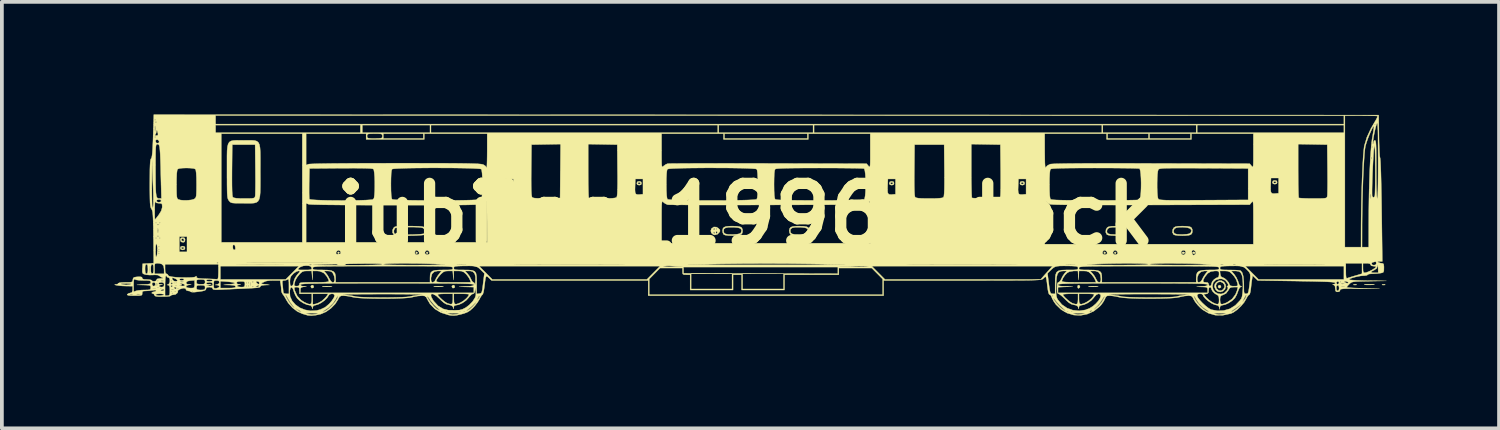
<source format=kicad_pcb>
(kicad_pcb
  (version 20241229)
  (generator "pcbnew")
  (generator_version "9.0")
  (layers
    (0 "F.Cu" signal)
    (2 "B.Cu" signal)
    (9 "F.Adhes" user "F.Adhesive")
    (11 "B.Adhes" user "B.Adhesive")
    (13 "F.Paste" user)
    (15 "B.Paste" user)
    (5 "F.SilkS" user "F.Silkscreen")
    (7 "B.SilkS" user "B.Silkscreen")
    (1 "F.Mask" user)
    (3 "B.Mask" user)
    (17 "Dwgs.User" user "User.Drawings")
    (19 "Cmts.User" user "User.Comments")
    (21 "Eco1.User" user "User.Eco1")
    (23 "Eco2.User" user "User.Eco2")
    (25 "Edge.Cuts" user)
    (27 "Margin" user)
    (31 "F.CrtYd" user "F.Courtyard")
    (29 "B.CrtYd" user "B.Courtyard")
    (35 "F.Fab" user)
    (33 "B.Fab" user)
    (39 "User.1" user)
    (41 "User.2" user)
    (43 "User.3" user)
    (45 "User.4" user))
  (footprint "jubilee_1996_stock"
    (layer "F.Cu")
    (at 16.818 2.672)
    (property "Reference" "jubilee_1996_stock" (at 0 0 0) (layer "F.SilkS") (effects (font (size 1.524 1.524) (thickness 0.3))))
    (attr through_hole)
    (fp_poly (pts (xy -11.516 1.891) (xy -11.504 1.928) (xy -11.518 1.946) (xy -11.554 1.958) (xy -11.573 1.944) (xy -11.585 1.908) (xy -11.571 1.889) (xy -11.534 1.877) (xy -11.516 1.891)) (stroke (width 0.01) (type solid)) (fill yes) (layer "F.SilkS"))
    (fp_poly (pts (xy -10.821 1.01) (xy -10.82 1.016) (xy -10.84 1.041) (xy -10.846 1.041) (xy -10.87 1.022) (xy -10.871 1.016) (xy -10.852 0.991) (xy -10.846 0.991) (xy -10.821 1.01)) (stroke (width 0.01) (type solid)) (fill yes) (layer "F.SilkS"))
    (fp_poly (pts (xy -10.545 1.004) (xy -10.541 1.016) (xy -10.562 1.039) (xy -10.579 1.041) (xy -10.613 1.028) (xy -10.617 1.016) (xy -10.597 0.993) (xy -10.579 0.991) (xy -10.545 1.004)) (stroke (width 0.01) (type solid)) (fill yes) (layer "F.SilkS"))
    (fp_poly (pts (xy -8.738 1.01) (xy -8.738 1.016) (xy -8.757 1.041) (xy -8.763 1.041) (xy -8.788 1.022) (xy -8.788 1.016) (xy -8.769 0.991) (xy -8.763 0.991) (xy -8.738 1.01)) (stroke (width 0.01) (type solid)) (fill yes) (layer "F.SilkS"))
    (fp_poly (pts (xy -8.459 1.01) (xy -8.458 1.016) (xy -8.478 1.041) (xy -8.484 1.041) (xy -8.508 1.022) (xy -8.509 1.016) (xy -8.49 0.991) (xy -8.484 0.991) (xy -8.459 1.01)) (stroke (width 0.01) (type solid)) (fill yes) (layer "F.SilkS"))
    (fp_poly (pts (xy -7.756 1.891) (xy -7.745 1.928) (xy -7.758 1.946) (xy -7.795 1.958) (xy -7.814 1.944) (xy -7.826 1.908) (xy -7.812 1.889) (xy -7.775 1.877) (xy -7.756 1.891)) (stroke (width 0.01) (type solid)) (fill yes) (layer "F.SilkS"))
    (fp_poly (pts (xy 8.905 1.89) (xy 8.905 1.89) (xy 8.918 1.926) (xy 8.901 1.949) (xy 8.871 1.965) (xy 8.857 1.946) (xy 8.853 1.901) (xy 8.873 1.877) (xy 8.905 1.89)) (stroke (width 0.01) (type solid)) (fill yes) (layer "F.SilkS"))
    (fp_poly (pts (xy 9.6 1.01) (xy 9.601 1.016) (xy 9.582 1.041) (xy 9.576 1.041) (xy 9.551 1.022) (xy 9.55 1.016) (xy 9.57 0.991) (xy 9.576 0.991) (xy 9.6 1.01)) (stroke (width 0.01) (type solid)) (fill yes) (layer "F.SilkS"))
    (fp_poly (pts (xy 9.88 1.01) (xy 9.881 1.016) (xy 9.861 1.041) (xy 9.855 1.041) (xy 9.831 1.022) (xy 9.83 1.016) (xy 9.849 0.991) (xy 9.855 0.991) (xy 9.88 1.01)) (stroke (width 0.01) (type solid)) (fill yes) (layer "F.SilkS"))
    (fp_poly (pts (xy 11.705 1.004) (xy 11.709 1.016) (xy 11.689 1.039) (xy 11.671 1.041) (xy 11.637 1.028) (xy 11.633 1.016) (xy 11.654 0.993) (xy 11.671 0.991) (xy 11.705 1.004)) (stroke (width 0.01) (type solid)) (fill yes) (layer "F.SilkS"))
    (fp_poly (pts (xy 11.985 1.004) (xy 11.989 1.016) (xy 11.968 1.039) (xy 11.951 1.041) (xy 11.917 1.028) (xy 11.913 1.016) (xy 11.933 0.993) (xy 11.951 0.991) (xy 11.985 1.004)) (stroke (width 0.01) (type solid)) (fill yes) (layer "F.SilkS"))
    (fp_poly (pts (xy 12.665 1.891) (xy 12.677 1.928) (xy 12.663 1.946) (xy 12.627 1.958) (xy 12.608 1.944) (xy 12.596 1.908) (xy 12.61 1.889) (xy 12.646 1.877) (xy 12.665 1.891)) (stroke (width 0.01) (type solid)) (fill yes) (layer "F.SilkS"))
    (fp_poly (pts (xy 16.288 1.863) (xy 16.289 1.871) (xy 16.249 1.875) (xy 16.243 1.875) (xy 16.204 1.871) (xy 16.208 1.863) (xy 16.212 1.862) (xy 16.267 1.858) (xy 16.288 1.863)) (stroke (width 0.01) (type solid)) (fill yes) (layer "F.SilkS"))
    (fp_poly (pts (xy 17.05 1.863) (xy 17.051 1.871) (xy 17.011 1.875) (xy 17.005 1.875) (xy 16.966 1.871) (xy 16.97 1.863) (xy 16.974 1.862) (xy 17.029 1.858) (xy 17.05 1.863)) (stroke (width 0.01) (type solid)) (fill yes) (layer "F.SilkS"))
    (fp_poly (pts (xy -11.053 1.911) (xy -11.043 1.912) (xy -11.017 1.916) (xy -11.038 1.919) (xy -11.099 1.921) (xy -11.151 1.922) (xy -11.233 1.921) (xy -11.277 1.918) (xy -11.279 1.914) (xy -11.259 1.912) (xy -11.157 1.908) (xy -11.053 1.911)) (stroke (width 0.01) (type solid)) (fill yes) (layer "F.SilkS"))
    (fp_poly (pts (xy -8.082 1.911) (xy -8.071 1.912) (xy -8.046 1.916) (xy -8.066 1.919) (xy -8.127 1.921) (xy -8.179 1.922) (xy -8.261 1.921) (xy -8.306 1.918) (xy -8.307 1.914) (xy -8.287 1.912) (xy -8.186 1.908) (xy -8.082 1.911)) (stroke (width 0.01) (type solid)) (fill yes) (layer "F.SilkS"))
    (fp_poly (pts (xy 9.368 1.911) (xy 9.379 1.912) (xy 9.404 1.916) (xy 9.384 1.919) (xy 9.322 1.921) (xy 9.271 1.922) (xy 9.189 1.921) (xy 9.144 1.918) (xy 9.143 1.914) (xy 9.163 1.912) (xy 9.264 1.908) (xy 9.368 1.911)) (stroke (width 0.01) (type solid)) (fill yes) (layer "F.SilkS"))
    (fp_poly (pts (xy 16.722 1.859) (xy 16.746 1.861) (xy 16.769 1.865) (xy 16.748 1.868) (xy 16.685 1.87) (xy 16.624 1.871) (xy 16.54 1.87) (xy 16.494 1.867) (xy 16.492 1.864) (xy 16.517 1.861) (xy 16.619 1.857) (xy 16.722 1.859)) (stroke (width 0.01) (type solid)) (fill yes) (layer "F.SilkS"))
    (fp_poly (pts (xy -14.949 0.85) (xy -14.935 0.889) (xy -14.95 0.929) (xy -14.999 0.94) (xy -15.048 0.928) (xy -15.062 0.889) (xy -15.037 0.889) (xy -15.016 0.912) (xy -14.999 0.914) (xy -14.965 0.901) (xy -14.961 0.889) (xy -14.981 0.866) (xy -14.999 0.864) (xy -15.033 0.877) (xy -15.037 0.889) (xy -15.062 0.889) (xy -15.047 0.849) (xy -14.999 0.838) (xy -14.949 0.85)) (stroke (width 0.01) (type solid)) (fill yes) (layer "F.SilkS"))
    (fp_poly (pts (xy -6.237 -0.877) (xy -6.223 -0.838) (xy -6.238 -0.798) (xy -6.287 -0.787) (xy -6.336 -0.799) (xy -6.35 -0.838) (xy -6.325 -0.838) (xy -6.304 -0.816) (xy -6.287 -0.813) (xy -6.253 -0.827) (xy -6.248 -0.838) (xy -6.269 -0.861) (xy -6.287 -0.864) (xy -6.32 -0.85) (xy -6.325 -0.838) (xy -6.35 -0.838) (xy -6.335 -0.878) (xy -6.287 -0.889) (xy -6.237 -0.877)) (stroke (width 0.01) (type solid)) (fill yes) (layer "F.SilkS"))
    (fp_poly (pts (xy -2.782 -0.877) (xy -2.769 -0.838) (xy -2.783 -0.798) (xy -2.832 -0.787) (xy -2.882 -0.799) (xy -2.896 -0.838) (xy -2.87 -0.838) (xy -2.85 -0.816) (xy -2.832 -0.813) (xy -2.798 -0.827) (xy -2.794 -0.838) (xy -2.815 -0.861) (xy -2.832 -0.864) (xy -2.866 -0.85) (xy -2.87 -0.838) (xy -2.896 -0.838) (xy -2.881 -0.878) (xy -2.832 -0.889) (xy -2.782 -0.877)) (stroke (width 0.01) (type solid)) (fill yes) (layer "F.SilkS"))
    (fp_poly (pts (xy 3.949 -0.877) (xy 3.962 -0.838) (xy 3.948 -0.798) (xy 3.899 -0.787) (xy 3.849 -0.799) (xy 3.835 -0.838) (xy 3.861 -0.838) (xy 3.881 -0.816) (xy 3.899 -0.813) (xy 3.933 -0.827) (xy 3.937 -0.838) (xy 3.916 -0.861) (xy 3.899 -0.864) (xy 3.865 -0.85) (xy 3.861 -0.838) (xy 3.835 -0.838) (xy 3.85 -0.878) (xy 3.899 -0.889) (xy 3.949 -0.877)) (stroke (width 0.01) (type solid)) (fill yes) (layer "F.SilkS"))
    (fp_poly (pts (xy 7.428 -0.877) (xy 7.442 -0.838) (xy 7.427 -0.798) (xy 7.379 -0.787) (xy 7.329 -0.799) (xy 7.315 -0.838) (xy 7.341 -0.838) (xy 7.361 -0.816) (xy 7.379 -0.813) (xy 7.413 -0.827) (xy 7.417 -0.838) (xy 7.396 -0.861) (xy 7.379 -0.864) (xy 7.345 -0.85) (xy 7.341 -0.838) (xy 7.315 -0.838) (xy 7.33 -0.878) (xy 7.379 -0.889) (xy 7.428 -0.877)) (stroke (width 0.01) (type solid)) (fill yes) (layer "F.SilkS"))
    (fp_poly (pts (xy 14.159 -0.902) (xy 14.173 -0.864) (xy 14.158 -0.824) (xy 14.11 -0.813) (xy 14.06 -0.825) (xy 14.046 -0.864) (xy 14.072 -0.864) (xy 14.092 -0.841) (xy 14.11 -0.838) (xy 14.144 -0.852) (xy 14.148 -0.864) (xy 14.127 -0.886) (xy 14.11 -0.889) (xy 14.076 -0.875) (xy 14.072 -0.864) (xy 14.046 -0.864) (xy 14.061 -0.903) (xy 14.11 -0.914) (xy 14.159 -0.902)) (stroke (width 0.01) (type solid)) (fill yes) (layer "F.SilkS"))
    (fp_poly (pts (xy -14.95 0.62) (xy -14.935 0.661) (xy -14.935 0.673) (xy -14.948 0.724) (xy -14.982 0.737) (xy -15.03 0.728) (xy -15.045 0.72) (xy -15.06 0.682) (xy -15.062 0.656) (xy -15.06 0.65) (xy -15.034 0.65) (xy -15.027 0.686) (xy -15.02 0.694) (xy -14.983 0.71) (xy -14.961 0.684) (xy -14.961 0.673) (xy -14.981 0.639) (xy -14.999 0.635) (xy -15.034 0.65) (xy -15.06 0.65) (xy -15.045 0.619) (xy -14.999 0.61) (xy -14.95 0.62)) (stroke (width 0.01) (type solid)) (fill yes) (layer "F.SilkS"))
    (fp_poly (pts (xy 12.757 1.797) (xy 12.796 1.864) (xy 12.802 1.912) (xy 12.781 1.986) (xy 12.729 2.037) (xy 12.661 2.059) (xy 12.591 2.047) (xy 12.536 2.001) (xy 12.5 1.92) (xy 12.505 1.893) (xy 12.538 1.893) (xy 12.553 1.96) (xy 12.559 1.97) (xy 12.616 2.022) (xy 12.682 2.026) (xy 12.736 1.992) (xy 12.773 1.927) (xy 12.76 1.858) (xy 12.727 1.818) (xy 12.665 1.787) (xy 12.605 1.796) (xy 12.559 1.835) (xy 12.538 1.893) (xy 12.505 1.893) (xy 12.514 1.848) (xy 12.548 1.803) (xy 12.619 1.76) (xy 12.694 1.76) (xy 12.757 1.797)) (stroke (width 0.01) (type solid)) (fill yes) (layer "F.SilkS"))
    (fp_poly (pts (xy 9.996 0.309) (xy 10.073 0.323) (xy 10.115 0.352) (xy 10.133 0.4) (xy 10.135 0.432) (xy 10.127 0.489) (xy 10.099 0.527) (xy 10.043 0.548) (xy 9.949 0.557) (xy 9.868 0.559) (xy 9.753 0.555) (xy 9.671 0.544) (xy 9.632 0.528) (xy 9.604 0.469) (xy 9.604 0.466) (xy 9.633 0.466) (xy 9.662 0.504) (xy 9.73 0.524) (xy 9.842 0.529) (xy 9.876 0.528) (xy 9.981 0.521) (xy 10.047 0.509) (xy 10.084 0.488) (xy 10.094 0.476) (xy 10.111 0.417) (xy 10.081 0.373) (xy 10.004 0.345) (xy 9.917 0.335) (xy 9.792 0.333) (xy 9.709 0.345) (xy 9.66 0.372) (xy 9.639 0.408) (xy 9.633 0.466) (xy 9.604 0.466) (xy 9.61 0.398) (xy 9.641 0.345) (xy 9.681 0.322) (xy 9.751 0.309) (xy 9.86 0.305) (xy 9.877 0.305) (xy 9.996 0.309)) (stroke (width 0.01) (type solid)) (fill yes) (layer "F.SilkS"))
    (fp_poly (pts (xy 11.774 0.309) (xy 11.851 0.323) (xy 11.893 0.352) (xy 11.911 0.4) (xy 11.913 0.432) (xy 11.905 0.489) (xy 11.877 0.527) (xy 11.821 0.548) (xy 11.727 0.557) (xy 11.646 0.559) (xy 11.531 0.555) (xy 11.449 0.544) (xy 11.41 0.528) (xy 11.382 0.469) (xy 11.382 0.466) (xy 11.411 0.466) (xy 11.44 0.504) (xy 11.508 0.524) (xy 11.62 0.529) (xy 11.654 0.528) (xy 11.759 0.521) (xy 11.825 0.509) (xy 11.862 0.488) (xy 11.872 0.476) (xy 11.889 0.417) (xy 11.859 0.373) (xy 11.782 0.345) (xy 11.695 0.335) (xy 11.57 0.333) (xy 11.487 0.345) (xy 11.438 0.372) (xy 11.417 0.408) (xy 11.411 0.466) (xy 11.382 0.466) (xy 11.388 0.398) (xy 11.419 0.345) (xy 11.459 0.322) (xy 11.529 0.309) (xy 11.638 0.305) (xy 11.655 0.305) (xy 11.774 0.309)) (stroke (width 0.01) (type solid)) (fill yes) (layer "F.SilkS"))
    (fp_poly (pts (xy -0.222 0.308) (xy -0.143 0.322) (xy -0.098 0.348) (xy -0.079 0.393) (xy -0.076 0.432) (xy -0.084 0.489) (xy -0.111 0.527) (xy -0.168 0.548) (xy -0.261 0.557) (xy -0.343 0.559) (xy -0.458 0.555) (xy -0.54 0.544) (xy -0.579 0.528) (xy -0.603 0.481) (xy -0.61 0.432) (xy -0.609 0.43) (xy -0.584 0.43) (xy -0.573 0.481) (xy -0.534 0.512) (xy -0.461 0.527) (xy -0.346 0.528) (xy -0.333 0.528) (xy -0.228 0.521) (xy -0.163 0.508) (xy -0.126 0.488) (xy -0.117 0.476) (xy -0.103 0.421) (xy -0.117 0.387) (xy -0.146 0.362) (xy -0.199 0.346) (xy -0.289 0.337) (xy -0.329 0.335) (xy -0.451 0.336) (xy -0.53 0.351) (xy -0.573 0.383) (xy -0.584 0.43) (xy -0.609 0.43) (xy -0.602 0.374) (xy -0.574 0.337) (xy -0.518 0.315) (xy -0.424 0.306) (xy -0.343 0.305) (xy -0.222 0.308)) (stroke (width 0.01) (type solid)) (fill yes) (layer "F.SilkS"))
    (fp_poly (pts (xy 1.556 0.308) (xy 1.635 0.322) (xy 1.68 0.348) (xy 1.699 0.393) (xy 1.702 0.432) (xy 1.694 0.489) (xy 1.667 0.527) (xy 1.61 0.548) (xy 1.517 0.557) (xy 1.435 0.559) (xy 1.32 0.555) (xy 1.238 0.544) (xy 1.199 0.528) (xy 1.175 0.481) (xy 1.168 0.432) (xy 1.169 0.43) (xy 1.194 0.43) (xy 1.205 0.481) (xy 1.244 0.512) (xy 1.317 0.527) (xy 1.432 0.528) (xy 1.445 0.528) (xy 1.55 0.521) (xy 1.615 0.508) (xy 1.652 0.488) (xy 1.661 0.476) (xy 1.675 0.421) (xy 1.661 0.387) (xy 1.632 0.362) (xy 1.579 0.346) (xy 1.489 0.337) (xy 1.449 0.335) (xy 1.327 0.336) (xy 1.248 0.351) (xy 1.205 0.383) (xy 1.194 0.43) (xy 1.169 0.43) (xy 1.176 0.374) (xy 1.204 0.337) (xy 1.26 0.315) (xy 1.354 0.306) (xy 1.435 0.305) (xy 1.556 0.308)) (stroke (width 0.01) (type solid)) (fill yes) (layer "F.SilkS"))
    (fp_poly (pts (xy -0.773 0.331) (xy -0.726 0.359) (xy -0.682 0.401) (xy -0.678 0.439) (xy -0.686 0.458) (xy -0.742 0.52) (xy -0.814 0.541) (xy -0.854 0.533) (xy -0.904 0.492) (xy -0.911 0.473) (xy -0.855 0.473) (xy -0.851 0.483) (xy -0.828 0.507) (xy -0.824 0.508) (xy -0.813 0.488) (xy -0.813 0.483) (xy -0.824 0.468) (xy -0.787 0.468) (xy -0.779 0.505) (xy -0.757 0.494) (xy -0.75 0.484) (xy -0.754 0.452) (xy -0.762 0.445) (xy -0.784 0.45) (xy -0.787 0.468) (xy -0.824 0.468) (xy -0.832 0.458) (xy -0.84 0.457) (xy -0.855 0.473) (xy -0.911 0.473) (xy -0.924 0.432) (xy -0.908 0.381) (xy -0.851 0.381) (xy -0.849 0.404) (xy -0.84 0.406) (xy -0.814 0.388) (xy -0.813 0.381) (xy -0.787 0.381) (xy -0.778 0.402) (xy -0.77 0.398) (xy -0.767 0.368) (xy -0.77 0.364) (xy -0.786 0.368) (xy -0.787 0.381) (xy -0.813 0.381) (xy -0.821 0.356) (xy -0.824 0.356) (xy -0.846 0.373) (xy -0.851 0.381) (xy -0.908 0.381) (xy -0.906 0.374) (xy -0.905 0.373) (xy -0.843 0.327) (xy -0.773 0.331)) (stroke (width 0.01) (type solid)) (fill yes) (layer "F.SilkS"))
    (fp_poly (pts (xy -8.815 0.306) (xy -8.705 0.309) (xy -8.63 0.315) (xy -8.583 0.325) (xy -8.554 0.34) (xy -8.549 0.345) (xy -8.515 0.407) (xy -8.514 0.478) (xy -8.539 0.528) (xy -8.574 0.539) (xy -8.649 0.547) (xy -8.752 0.553) (xy -8.873 0.558) (xy -9.001 0.559) (xy -9.124 0.559) (xy -9.232 0.556) (xy -9.314 0.55) (xy -9.359 0.541) (xy -9.362 0.539) (xy -9.403 0.484) (xy -9.404 0.467) (xy -9.37 0.467) (xy -9.351 0.51) (xy -9.341 0.517) (xy -9.295 0.525) (xy -9.212 0.53) (xy -9.104 0.533) (xy -8.983 0.532) (xy -8.859 0.53) (xy -8.744 0.525) (xy -8.649 0.519) (xy -8.585 0.51) (xy -8.565 0.503) (xy -8.536 0.447) (xy -8.558 0.389) (xy -8.574 0.37) (xy -8.6 0.353) (xy -8.644 0.342) (xy -8.714 0.335) (xy -8.819 0.331) (xy -8.963 0.33) (xy -9.13 0.332) (xy -9.248 0.339) (xy -9.319 0.35) (xy -9.342 0.361) (xy -9.367 0.409) (xy -9.37 0.467) (xy -9.404 0.467) (xy -9.406 0.412) (xy -9.385 0.365) (xy -9.368 0.342) (xy -9.347 0.325) (xy -9.313 0.315) (xy -9.257 0.309) (xy -9.172 0.306) (xy -9.049 0.305) (xy -8.967 0.305) (xy -8.815 0.306)) (stroke (width 0.01) (type solid)) (fill yes) (layer "F.SilkS"))
    (fp_poly (pts (xy -13.462 -1.982) (xy -13.373 -1.981) (xy -13.251 -1.982) (xy -13.153 -1.982) (xy -13.077 -1.976) (xy -13.02 -1.958) (xy -12.98 -1.923) (xy -12.953 -1.867) (xy -12.938 -1.784) (xy -12.93 -1.669) (xy -12.928 -1.517) (xy -12.928 -1.323) (xy -12.929 -1.159) (xy -12.928 -0.928) (xy -12.929 -0.743) (xy -12.932 -0.598) (xy -12.942 -0.489) (xy -12.961 -0.411) (xy -12.991 -0.358) (xy -13.035 -0.326) (xy -13.095 -0.31) (xy -13.175 -0.304) (xy -13.276 -0.304) (xy -13.373 -0.305) (xy -13.51 -0.305) (xy -13.606 -0.307) (xy -13.669 -0.312) (xy -13.709 -0.322) (xy -13.736 -0.339) (xy -13.758 -0.364) (xy -13.765 -0.372) (xy -13.78 -0.393) (xy -13.792 -0.419) (xy -13.802 -0.454) (xy -13.808 -0.504) (xy -13.813 -0.576) (xy -13.815 -0.677) (xy -13.817 -0.811) (xy -13.817 -0.954) (xy -13.686 -0.954) (xy -13.685 -0.771) (xy -13.682 -0.634) (xy -13.677 -0.539) (xy -13.669 -0.483) (xy -13.663 -0.467) (xy -13.632 -0.45) (xy -13.571 -0.439) (xy -13.47 -0.433) (xy -13.358 -0.432) (xy -13.236 -0.432) (xy -13.156 -0.435) (xy -13.109 -0.442) (xy -13.083 -0.455) (xy -13.072 -0.476) (xy -13.068 -0.489) (xy -13.064 -0.529) (xy -13.062 -0.613) (xy -13.06 -0.732) (xy -13.059 -0.88) (xy -13.06 -1.049) (xy -13.061 -1.206) (xy -13.068 -1.867) (xy -13.678 -1.867) (xy -13.685 -1.184) (xy -13.686 -0.954) (xy -13.817 -0.954) (xy -13.818 -0.984) (xy -13.818 -1.159) (xy -13.818 -1.386) (xy -13.818 -1.566) (xy -13.815 -1.707) (xy -13.805 -1.812) (xy -13.786 -1.886) (xy -13.756 -1.935) (xy -13.711 -1.964) (xy -13.649 -1.978) (xy -13.567 -1.983) (xy -13.462 -1.982)) (stroke (width 0.01) (type solid)) (fill yes) (layer "F.SilkS"))
    (fp_poly (pts (xy 16.878 -2.654) (xy 16.885 -2.097) (xy 16.888 -1.933) (xy 16.893 -1.786) (xy 16.899 -1.663) (xy 16.905 -1.571) (xy 16.913 -1.52) (xy 16.916 -1.512) (xy 16.92 -1.482) (xy 16.926 -1.405) (xy 16.931 -1.286) (xy 16.937 -1.13) (xy 16.942 -0.94) (xy 16.947 -0.722) (xy 16.952 -0.479) (xy 16.956 -0.217) (xy 16.957 -0.12) (xy 16.975 1.245) (xy 16.901 1.245) (xy 16.855 1.249) (xy 16.854 1.261) (xy 16.866 1.27) (xy 16.922 1.29) (xy 16.961 1.295) (xy 16.995 1.301) (xy 17.012 1.325) (xy 17.018 1.383) (xy 17.018 1.419) (xy 17.016 1.493) (xy 17.004 1.532) (xy 16.971 1.549) (xy 16.923 1.558) (xy 16.835 1.569) (xy 16.734 1.574) (xy 16.707 1.575) (xy 16.637 1.579) (xy 16.593 1.592) (xy 16.586 1.6) (xy 16.564 1.616) (xy 16.507 1.625) (xy 16.48 1.626) (xy 16.403 1.631) (xy 16.315 1.647) (xy 16.227 1.668) (xy 16.153 1.691) (xy 16.104 1.713) (xy 16.093 1.73) (xy 16.121 1.738) (xy 16.193 1.744) (xy 16.299 1.75) (xy 16.431 1.755) (xy 16.582 1.758) (xy 16.594 1.758) (xy 17.081 1.764) (xy 16.625 1.772) (xy 16.463 1.775) (xy 16.343 1.778) (xy 16.258 1.782) (xy 16.2 1.79) (xy 16.161 1.801) (xy 16.132 1.816) (xy 16.107 1.838) (xy 16.098 1.847) (xy 16.052 1.895) (xy 16.028 1.93) (xy 16.027 1.935) (xy 16.052 1.941) (xy 16.119 1.948) (xy 16.222 1.954) (xy 16.353 1.959) (xy 16.505 1.963) (xy 16.542 1.963) (xy 16.699 1.966) (xy 16.811 1.968) (xy 16.878 1.97) (xy 16.899 1.971) (xy 16.872 1.971) (xy 16.797 1.971) (xy 16.673 1.971) (xy 16.499 1.97) (xy 16.453 1.97) (xy 16.262 1.97) (xy 16.116 1.971) (xy 16.009 1.972) (xy 15.935 1.976) (xy 15.888 1.982) (xy 15.862 1.99) (xy 15.851 2.002) (xy 15.85 2.013) (xy 15.83 2.049) (xy 15.786 2.057) (xy 15.743 2.051) (xy 15.725 2.02) (xy 15.723 1.97) (xy 15.72 1.956) (xy 15.748 1.956) (xy 15.759 2.016) (xy 15.786 2.032) (xy 15.816 2.009) (xy 15.824 1.956) (xy 15.818 1.92) (xy 15.873 1.92) (xy 15.909 1.924) (xy 15.926 1.925) (xy 15.972 1.922) (xy 15.977 1.915) (xy 15.97 1.913) (xy 15.906 1.909) (xy 15.881 1.913) (xy 15.873 1.92) (xy 15.818 1.92) (xy 15.813 1.895) (xy 15.786 1.88) (xy 15.756 1.902) (xy 15.748 1.956) (xy 15.72 1.956) (xy 15.713 1.902) (xy 15.68 1.872) (xy 15.678 1.872) (xy 15.647 1.862) (xy 15.665 1.858) (xy 15.678 1.857) (xy 15.716 1.839) (xy 15.723 1.82) (xy 15.719 1.816) (xy 15.748 1.816) (xy 15.768 1.85) (xy 15.786 1.854) (xy 15.802 1.845) (xy 15.871 1.845) (xy 15.905 1.849) (xy 15.913 1.849) (xy 15.956 1.847) (xy 15.96 1.839) (xy 15.958 1.838) (xy 15.908 1.833) (xy 15.882 1.837) (xy 15.871 1.845) (xy 15.802 1.845) (xy 15.82 1.834) (xy 15.824 1.816) (xy 15.809 1.791) (xy 15.85 1.791) (xy 15.862 1.803) (xy 15.875 1.791) (xy 15.867 1.782) (xy 15.958 1.782) (xy 15.968 1.798) (xy 15.977 1.803) (xy 16.024 1.824) (xy 16.06 1.826) (xy 16.068 1.808) (xy 16.066 1.803) (xy 16.03 1.783) (xy 15.994 1.778) (xy 15.958 1.782) (xy 15.867 1.782) (xy 15.862 1.778) (xy 15.85 1.791) (xy 15.809 1.791) (xy 15.804 1.782) (xy 15.786 1.778) (xy 15.752 1.798) (xy 15.748 1.816) (xy 15.719 1.816) (xy 15.714 1.811) (xy 15.686 1.804) (xy 15.635 1.797) (xy 15.555 1.791) (xy 15.444 1.786) (xy 15.297 1.782) (xy 15.111 1.777) (xy 14.88 1.773) (xy 14.689 1.769) (xy 13.655 1.753) (xy 13.587 1.687) (xy 13.519 1.622) (xy 13.504 1.706) (xy 13.493 1.777) (xy 13.481 1.874) (xy 13.472 1.962) (xy 13.458 2.058) (xy 13.441 2.117) (xy 13.425 2.134) (xy 13.398 2.155) (xy 13.364 2.209) (xy 13.348 2.242) (xy 13.29 2.34) (xy 13.204 2.441) (xy 13.105 2.534) (xy 13.005 2.605) (xy 12.936 2.636) (xy 12.721 2.681) (xy 12.524 2.678) (xy 12.386 2.639) (xy 12.487 2.639) (xy 12.497 2.643) (xy 12.62 2.661) (xy 12.76 2.649) (xy 12.789 2.643) (xy 12.807 2.635) (xy 12.775 2.629) (xy 12.696 2.626) (xy 12.649 2.625) (xy 12.553 2.627) (xy 12.497 2.632) (xy 12.487 2.639) (xy 12.386 2.639) (xy 12.346 2.628) (xy 12.183 2.531) (xy 12.132 2.488) (xy 12.055 2.409) (xy 11.989 2.326) (xy 11.951 2.262) (xy 11.918 2.198) (xy 11.884 2.168) (xy 11.829 2.159) (xy 11.799 2.159) (xy 11.95 2.159) (xy 11.952 2.179) (xy 11.974 2.229) (xy 11.986 2.254) (xy 12.04 2.337) (xy 12.114 2.422) (xy 12.196 2.498) (xy 12.275 2.557) (xy 12.341 2.587) (xy 12.357 2.589) (xy 12.357 2.589) (xy 12.94 2.589) (xy 12.944 2.591) (xy 12.98 2.577) (xy 13.038 2.541) (xy 13.071 2.519) (xy 13.139 2.465) (xy 13.193 2.414) (xy 13.207 2.398) (xy 13.214 2.383) (xy 13.19 2.399) (xy 13.169 2.417) (xy 13.093 2.477) (xy 13.011 2.534) (xy 13.005 2.537) (xy 12.957 2.57) (xy 12.94 2.589) (xy 12.357 2.589) (xy 12.355 2.579) (xy 12.317 2.555) (xy 12.306 2.549) (xy 12.191 2.469) (xy 12.085 2.362) (xy 12.011 2.254) (xy 11.979 2.196) (xy 11.954 2.162) (xy 11.953 2.161) (xy 12.04 2.161) (xy 12.059 2.209) (xy 12.109 2.276) (xy 12.179 2.351) (xy 12.259 2.425) (xy 12.338 2.487) (xy 12.406 2.527) (xy 12.421 2.532) (xy 12.583 2.562) (xy 12.751 2.554) (xy 12.904 2.51) (xy 12.916 2.505) (xy 13.057 2.417) (xy 13.146 2.324) (xy 13.248 2.324) (xy 13.263 2.309) (xy 13.282 2.286) (xy 13.322 2.227) (xy 13.344 2.178) (xy 13.351 2.139) (xy 13.338 2.146) (xy 13.307 2.201) (xy 13.286 2.242) (xy 13.255 2.303) (xy 13.248 2.324) (xy 13.146 2.324) (xy 13.175 2.294) (xy 13.217 2.236) (xy 13.237 2.179) (xy 13.251 2.086) (xy 13.259 1.972) (xy 13.26 1.851) (xy 13.255 1.737) (xy 13.242 1.645) (xy 13.232 1.609) (xy 13.199 1.544) (xy 13.152 1.511) (xy 13.075 1.5) (xy 13.047 1.499) (xy 12.949 1.499) (xy 13.027 1.588) (xy 13.084 1.672) (xy 13.128 1.768) (xy 13.135 1.791) (xy 13.164 1.873) (xy 13.199 1.907) (xy 13.205 1.908) (xy 13.231 1.912) (xy 13.208 1.921) (xy 13.202 1.922) (xy 13.166 1.955) (xy 13.135 2.023) (xy 13.13 2.04) (xy 13.096 2.13) (xy 13.05 2.214) (xy 13.041 2.226) (xy 12.974 2.292) (xy 12.883 2.352) (xy 12.787 2.396) (xy 12.705 2.413) (xy 12.705 2.413) (xy 12.659 2.429) (xy 12.646 2.47) (xy 12.642 2.527) (xy 12.631 2.47) (xy 12.603 2.422) (xy 12.57 2.413) (xy 12.5 2.397) (xy 12.416 2.356) (xy 12.33 2.298) (xy 12.256 2.234) (xy 12.206 2.173) (xy 12.192 2.132) (xy 12.178 2.121) (xy 12.209 2.121) (xy 12.28 2.204) (xy 12.354 2.274) (xy 12.442 2.335) (xy 12.528 2.376) (xy 12.579 2.386) (xy 12.607 2.377) (xy 12.621 2.341) (xy 12.624 2.275) (xy 12.649 2.275) (xy 12.655 2.346) (xy 12.676 2.382) (xy 12.721 2.384) (xy 12.798 2.356) (xy 12.845 2.334) (xy 12.972 2.246) (xy 13.063 2.124) (xy 13.102 2.026) (xy 13.128 1.93) (xy 13.02 1.93) (xy 12.949 1.935) (xy 12.908 1.956) (xy 12.876 2.007) (xy 12.871 2.017) (xy 12.811 2.096) (xy 12.74 2.133) (xy 12.683 2.156) (xy 12.657 2.186) (xy 12.65 2.241) (xy 12.649 2.275) (xy 12.624 2.275) (xy 12.624 2.273) (xy 12.618 2.194) (xy 12.598 2.153) (xy 12.579 2.142) (xy 12.513 2.104) (xy 12.456 2.049) (xy 12.423 1.993) (xy 12.421 1.977) (xy 12.403 1.938) (xy 12.383 1.93) (xy 12.354 1.95) (xy 12.344 2.012) (xy 12.344 2.018) (xy 12.339 2.078) (xy 12.314 2.105) (xy 12.277 2.113) (xy 12.209 2.121) (xy 12.178 2.121) (xy 12.17 2.115) (xy 12.117 2.108) (xy 12.116 2.108) (xy 12.06 2.116) (xy 12.041 2.145) (xy 12.04 2.161) (xy 11.953 2.161) (xy 11.95 2.159) (xy 11.799 2.159) (xy 11.798 2.159) (xy 11.707 2.167) (xy 11.604 2.187) (xy 11.567 2.197) (xy 11.495 2.21) (xy 11.382 2.221) (xy 11.235 2.229) (xy 11.065 2.234) (xy 10.88 2.237) (xy 10.69 2.237) (xy 10.502 2.235) (xy 10.327 2.23) (xy 10.174 2.222) (xy 10.05 2.212) (xy 9.966 2.199) (xy 9.957 2.197) (xy 9.857 2.175) (xy 9.758 2.162) (xy 9.714 2.159) (xy 9.646 2.163) (xy 9.609 2.185) (xy 9.583 2.238) (xy 9.578 2.252) (xy 9.54 2.323) (xy 9.481 2.404) (xy 9.439 2.449) (xy 9.285 2.571) (xy 9.114 2.649) (xy 8.934 2.683) (xy 8.753 2.675) (xy 8.631 2.639) (xy 8.728 2.639) (xy 8.738 2.643) (xy 8.861 2.661) (xy 9 2.649) (xy 9.03 2.643) (xy 9.047 2.635) (xy 9.016 2.629) (xy 8.937 2.626) (xy 8.89 2.625) (xy 8.793 2.627) (xy 8.738 2.632) (xy 8.728 2.639) (xy 8.631 2.639) (xy 8.578 2.624) (xy 8.491 2.574) (xy 8.568 2.574) (xy 8.572 2.589) (xy 8.585 2.591) (xy 8.606 2.582) (xy 8.604 2.578) (xy 8.687 2.578) (xy 8.7 2.591) (xy 8.712 2.578) (xy 8.71 2.576) (xy 9.173 2.576) (xy 9.179 2.589) (xy 9.193 2.591) (xy 9.228 2.572) (xy 9.233 2.566) (xy 9.229 2.551) (xy 9.209 2.556) (xy 9.173 2.576) (xy 8.71 2.576) (xy 8.7 2.565) (xy 8.687 2.578) (xy 8.604 2.578) (xy 8.602 2.574) (xy 8.572 2.571) (xy 8.568 2.574) (xy 8.491 2.574) (xy 8.417 2.531) (xy 8.277 2.396) (xy 8.263 2.377) (xy 8.212 2.302) (xy 8.175 2.23) (xy 8.172 2.223) (xy 8.204 2.223) (xy 8.221 2.26) (xy 8.263 2.32) (xy 8.32 2.389) (xy 8.381 2.455) (xy 8.436 2.505) (xy 8.445 2.511) (xy 8.507 2.553) (xy 8.531 2.563) (xy 8.515 2.543) (xy 8.46 2.495) (xy 8.448 2.485) (xy 8.37 2.411) (xy 8.295 2.327) (xy 8.277 2.303) (xy 8.236 2.25) (xy 8.209 2.222) (xy 8.204 2.223) (xy 8.172 2.223) (xy 8.165 2.203) (xy 8.145 2.159) (xy 8.179 2.159) (xy 8.188 2.18) (xy 8.196 2.176) (xy 8.199 2.146) (xy 8.196 2.142) (xy 8.181 2.146) (xy 8.179 2.159) (xy 8.145 2.159) (xy 8.143 2.153) (xy 8.115 2.134) (xy 8.095 2.123) (xy 8.079 2.087) (xy 8.064 2.019) (xy 8.048 1.912) (xy 8.037 1.81) (xy 8.025 1.728) (xy 8.012 1.67) (xy 8.002 1.651) (xy 7.973 1.668) (xy 7.938 1.702) (xy 7.928 1.711) (xy 7.916 1.719) (xy 7.898 1.726) (xy 7.87 1.731) (xy 7.829 1.736) (xy 7.772 1.741) (xy 7.695 1.744) (xy 7.596 1.747) (xy 7.471 1.749) (xy 7.316 1.75) (xy 7.129 1.751) (xy 6.906 1.752) (xy 6.644 1.752) (xy 6.339 1.753) (xy 5.988 1.753) (xy 5.787 1.753) (xy 3.683 1.753) (xy 3.683 2.159) (xy -2.591 2.159) (xy -2.591 1.753) (xy -6.766 1.753) (xy -6.837 1.685) (xy -6.872 1.653) (xy -6.897 1.64) (xy -6.914 1.653) (xy -6.928 1.698) (xy -6.941 1.781) (xy -6.956 1.904) (xy -6.97 2.003) (xy -6.986 2.08) (xy -7.002 2.123) (xy -7.007 2.128) (xy -7.032 2.154) (xy -7.068 2.212) (xy -7.09 2.256) (xy -7.142 2.34) (xy -7.214 2.432) (xy -7.269 2.491) (xy -7.344 2.557) (xy -7.416 2.601) (xy -7.504 2.634) (xy -7.582 2.655) (xy -7.691 2.68) (xy -7.773 2.689) (xy -7.848 2.685) (xy -7.912 2.674) (xy -8.016 2.641) (xy -7.933 2.641) (xy -7.925 2.644) (xy -7.802 2.661) (xy -7.676 2.651) (xy -7.645 2.643) (xy -7.634 2.634) (xy -7.671 2.628) (xy -7.753 2.625) (xy -7.785 2.625) (xy -7.878 2.627) (xy -7.929 2.632) (xy -7.933 2.641) (xy -8.016 2.641) (xy -8.112 2.611) (xy -8.167 2.578) (xy -8.103 2.578) (xy -8.09 2.591) (xy -8.077 2.578) (xy -7.976 2.578) (xy -7.963 2.591) (xy -7.95 2.578) (xy -7.62 2.578) (xy -7.607 2.591) (xy -7.595 2.578) (xy -7.599 2.574) (xy -7.51 2.574) (xy -7.506 2.589) (xy -7.493 2.591) (xy -7.472 2.582) (xy -7.476 2.574) (xy -7.506 2.571) (xy -7.51 2.574) (xy -7.599 2.574) (xy -7.607 2.565) (xy -7.62 2.578) (xy -7.95 2.578) (xy -7.963 2.565) (xy -7.976 2.578) (xy -8.077 2.578) (xy -8.09 2.565) (xy -8.103 2.578) (xy -8.167 2.578) (xy -8.193 2.563) (xy -7.435 2.563) (xy -7.433 2.565) (xy -7.402 2.551) (xy -7.349 2.516) (xy -7.328 2.5) (xy -7.262 2.441) (xy -7.208 2.378) (xy -7.201 2.367) (xy -7.16 2.299) (xy -7.219 2.368) (xy -7.28 2.43) (xy -7.353 2.492) (xy -7.365 2.501) (xy -7.413 2.54) (xy -7.435 2.563) (xy -8.193 2.563) (xy -8.276 2.513) (xy -8.404 2.383) (xy -8.473 2.265) (xy -8.507 2.2) (xy -8.54 2.171) (xy -8.484 2.171) (xy -8.467 2.217) (xy -8.426 2.285) (xy -8.368 2.363) (xy -8.306 2.436) (xy -8.248 2.492) (xy -8.233 2.503) (xy -8.164 2.548) (xy -8.135 2.562) (xy -8.147 2.545) (xy -8.199 2.497) (xy -8.229 2.471) (xy -8.308 2.393) (xy -8.383 2.303) (xy -8.411 2.263) (xy -8.451 2.204) (xy -8.477 2.172) (xy -8.484 2.171) (xy -8.54 2.171) (xy -8.541 2.17) (xy -8.596 2.161) (xy -8.636 2.16) (xy -8.733 2.168) (xy -8.84 2.188) (xy -8.875 2.197) (xy -8.947 2.211) (xy -9.061 2.221) (xy -9.208 2.229) (xy -9.378 2.235) (xy -9.562 2.237) (xy -9.752 2.237) (xy -9.938 2.235) (xy -10.111 2.23) (xy -10.262 2.222) (xy -10.382 2.211) (xy -10.462 2.198) (xy -10.465 2.197) (xy -10.565 2.175) (xy -10.665 2.162) (xy -10.709 2.159) (xy -10.775 2.163) (xy -10.815 2.184) (xy -10.846 2.234) (xy -10.859 2.262) (xy -10.936 2.382) (xy -11.047 2.495) (xy -11.178 2.588) (xy -11.314 2.648) (xy -11.321 2.65) (xy -11.45 2.678) (xy -11.568 2.69) (xy -11.659 2.684) (xy -11.671 2.681) (xy -11.709 2.67) (xy -11.777 2.65) (xy -11.811 2.64) (xy -11.813 2.639) (xy -11.71 2.639) (xy -11.697 2.643) (xy -11.558 2.66) (xy -11.428 2.649) (xy -11.405 2.643) (xy -11.395 2.634) (xy -11.432 2.628) (xy -11.513 2.625) (xy -11.557 2.624) (xy -11.657 2.626) (xy -11.709 2.631) (xy -11.71 2.639) (xy -11.813 2.639) (xy -11.945 2.578) (xy -12.074 2.479) (xy -12.184 2.355) (xy -12.23 2.282) (xy -12.275 2.203) (xy -12.315 2.14) (xy -12.32 2.134) (xy -12.257 2.134) (xy -12.257 2.153) (xy -12.235 2.201) (xy -12.199 2.266) (xy -12.156 2.335) (xy -12.113 2.396) (xy -12.102 2.41) (xy -12.057 2.459) (xy -12.027 2.487) (xy -12.022 2.489) (xy -12.024 2.486) (xy -12.002 2.486) (xy -11.942 2.538) (xy -11.891 2.575) (xy -11.855 2.591) (xy -11.849 2.589) (xy -11.272 2.589) (xy -11.27 2.59) (xy -11.235 2.58) (xy -11.181 2.555) (xy -11.103 2.499) (xy -11.016 2.416) (xy -10.938 2.323) (xy -10.886 2.242) (xy -10.862 2.188) (xy -10.856 2.16) (xy -10.857 2.159) (xy -10.876 2.179) (xy -10.907 2.23) (xy -10.919 2.254) (xy -10.998 2.368) (xy -11.105 2.474) (xy -11.214 2.549) (xy -11.259 2.575) (xy -11.272 2.589) (xy -11.849 2.589) (xy -11.837 2.586) (xy -11.839 2.583) (xy -11.866 2.566) (xy -11.918 2.535) (xy -11.925 2.531) (xy -12.002 2.486) (xy -12.024 2.486) (xy -12.029 2.472) (xy -12.06 2.43) (xy -12.077 2.41) (xy -12.134 2.332) (xy -12.187 2.244) (xy -12.194 2.232) (xy -12.227 2.172) (xy -12.251 2.137) (xy -12.257 2.134) (xy -12.32 2.134) (xy -12.337 2.113) (xy -12.362 2.063) (xy -12.37 2.011) (xy -12.375 1.939) (xy -12.385 1.854) (xy -12.386 1.848) (xy -12.391 1.818) (xy -12.343 1.818) (xy -12.335 1.886) (xy -12.326 1.971) (xy -12.32 2.04) (xy -12.319 2.064) (xy -12.303 2.097) (xy -12.25 2.108) (xy -12.243 2.108) (xy -12.167 2.108) (xy -12.167 2.051) (xy -12.147 2.051) (xy -12.136 2.181) (xy -12.082 2.298) (xy -11.992 2.4) (xy -11.876 2.481) (xy -11.739 2.536) (xy -11.589 2.563) (xy -11.434 2.555) (xy -11.33 2.528) (xy -11.202 2.468) (xy -11.095 2.379) (xy -11.021 2.292) (xy -10.965 2.205) (xy -10.949 2.147) (xy -10.962 2.131) (xy -10.732 2.131) (xy -10.71 2.135) (xy -10.706 2.135) (xy -10.594 2.147) (xy -10.492 2.161) (xy -10.418 2.175) (xy -10.401 2.18) (xy -10.349 2.189) (xy -10.255 2.196) (xy -10.128 2.201) (xy -9.976 2.205) (xy -9.808 2.207) (xy -9.634 2.208) (xy -9.461 2.207) (xy -9.299 2.204) (xy -9.157 2.2) (xy -9.042 2.194) (xy -8.965 2.186) (xy -8.941 2.181) (xy -8.874 2.166) (xy -8.775 2.151) (xy -8.662 2.138) (xy -8.623 2.135) (xy -8.617 2.134) (xy -8.383 2.134) (xy -8.375 2.188) (xy -8.33 2.272) (xy -8.308 2.304) (xy -8.193 2.429) (xy -8.058 2.51) (xy -7.897 2.551) (xy -7.74 2.555) (xy -7.624 2.544) (xy -7.535 2.518) (xy -7.448 2.473) (xy -7.361 2.406) (xy -7.279 2.322) (xy -7.251 2.285) (xy -7.247 2.277) (xy -7.154 2.277) (xy -7.149 2.277) (xy -7.126 2.249) (xy -7.096 2.202) (xy -7.087 2.175) (xy -7.092 2.159) (xy -7.109 2.182) (xy -7.135 2.235) (xy -7.154 2.277) (xy -7.247 2.277) (xy -7.205 2.208) (xy -7.185 2.145) (xy -7.185 2.069) (xy -7.187 2.044) (xy -7.195 1.973) (xy -7.2 1.949) (xy -7.204 1.971) (xy -7.208 2.013) (xy -7.221 2.079) (xy -7.247 2.106) (xy -7.263 2.108) (xy -7.303 2.128) (xy -7.353 2.178) (xy -7.374 2.207) (xy -7.444 2.284) (xy -7.538 2.351) (xy -7.639 2.398) (xy -7.717 2.413) (xy -7.763 2.429) (xy -7.776 2.47) (xy -7.779 2.51) (xy -7.784 2.5) (xy -7.79 2.473) (xy -7.811 2.434) (xy -7.864 2.411) (xy -7.907 2.402) (xy -7.975 2.384) (xy -8.039 2.346) (xy -8.113 2.281) (xy -8.147 2.247) (xy -8.237 2.165) (xy -8.297 2.128) (xy -8.204 2.128) (xy -8.186 2.161) (xy -8.139 2.212) (xy -8.077 2.269) (xy -8.013 2.321) (xy -7.959 2.355) (xy -7.95 2.359) (xy -7.871 2.385) (xy -7.825 2.381) (xy -7.803 2.34) (xy -7.798 2.255) (xy -7.798 2.248) (xy -7.798 2.108) (xy -7.772 2.108) (xy -7.772 2.248) (xy -7.768 2.332) (xy -7.75 2.377) (xy -7.71 2.387) (xy -7.64 2.364) (xy -7.577 2.335) (xy -7.505 2.289) (xy -7.437 2.23) (xy -7.386 2.171) (xy -7.366 2.124) (xy -7.366 2.123) (xy -7.389 2.116) (xy -7.452 2.111) (xy -7.54 2.108) (xy -7.569 2.108) (xy -7.772 2.108) (xy -7.798 2.108) (xy -8.001 2.108) (xy -8.095 2.111) (xy -8.166 2.117) (xy -8.202 2.126) (xy -8.204 2.128) (xy -8.297 2.128) (xy -8.31 2.12) (xy -8.36 2.11) (xy -8.383 2.134) (xy -8.617 2.134) (xy -8.603 2.131) (xy -8.63 2.128) (xy -8.7 2.125) (xy -8.81 2.122) (xy -8.956 2.12) (xy -9.134 2.118) (xy -9.34 2.117) (xy -9.571 2.116) (xy -9.665 2.116) (xy -9.931 2.117) (xy -10.164 2.118) (xy -10.36 2.119) (xy -10.517 2.121) (xy -10.633 2.124) (xy -10.705 2.127) (xy -10.732 2.131) (xy -10.962 2.131) (xy -10.975 2.115) (xy -11.022 2.108) (xy -11.086 2.122) (xy -11.112 2.158) (xy -11.151 2.22) (xy -11.221 2.288) (xy -11.307 2.349) (xy -11.393 2.392) (xy -11.435 2.404) (xy -11.502 2.422) (xy -11.531 2.451) (xy -11.535 2.473) (xy -11.538 2.51) (xy -11.544 2.498) (xy -11.55 2.47) (xy -11.578 2.422) (xy -11.614 2.413) (xy -11.694 2.396) (xy -11.789 2.353) (xy -11.88 2.293) (xy -11.947 2.228) (xy -11.949 2.226) (xy -11.996 2.148) (xy -12.033 2.056) (xy -12.038 2.038) (xy -12.068 1.96) (xy -12.078 1.951) (xy -12.025 1.951) (xy -12.017 1.997) (xy -12.01 2.026) (xy -11.946 2.166) (xy -11.843 2.278) (xy -11.755 2.334) (xy -11.661 2.376) (xy -11.603 2.388) (xy -11.571 2.365) (xy -11.559 2.306) (xy -11.557 2.248) (xy -11.557 2.108) (xy -11.532 2.108) (xy -11.532 2.394) (xy -11.449 2.377) (xy -11.376 2.35) (xy -11.297 2.304) (xy -11.28 2.291) (xy -11.216 2.233) (xy -11.165 2.177) (xy -11.157 2.165) (xy -11.119 2.108) (xy -11.532 2.108) (xy -11.557 2.108) (xy -11.887 2.108) (xy -11.887 2.019) (xy -11.892 1.96) (xy -11.913 1.935) (xy -11.961 1.93) (xy -12.009 1.933) (xy -12.025 1.951) (xy -12.078 1.951) (xy -12.098 1.932) (xy -12.125 1.953) (xy -12.144 2.023) (xy -12.147 2.051) (xy -12.167 2.051) (xy -12.167 1.9) (xy -12.168 1.797) (xy -12.17 1.782) (xy -12.141 1.782) (xy -12.141 1.783) (xy -12.136 1.862) (xy -12.12 1.9) (xy -12.105 1.905) (xy -12.068 1.884) (xy -12.063 1.873) (xy -12.028 1.873) (xy -12.014 1.898) (xy -11.963 1.905) (xy -11.907 1.897) (xy -11.888 1.867) (xy -11.862 1.867) (xy -11.838 1.898) (xy -11.779 1.909) (xy -11.697 1.913) (xy -11.779 1.923) (xy -11.837 1.937) (xy -11.859 1.968) (xy -11.862 2.008) (xy -11.862 2.083) (xy -7.239 2.083) (xy -7.239 1.93) (xy -7.633 1.92) (xy -7.436 1.912) (xy -7.332 1.905) (xy -7.27 1.894) (xy -7.242 1.878) (xy -7.239 1.866) (xy -7.244 1.859) (xy -7.261 1.854) (xy -7.293 1.849) (xy -7.343 1.845) (xy -7.413 1.841) (xy -7.508 1.838) (xy -7.629 1.835) (xy -7.779 1.833) (xy -7.963 1.832) (xy -8.182 1.831) (xy -8.439 1.83) (xy -8.738 1.829) (xy -9.081 1.829) (xy -9.471 1.829) (xy -9.55 1.829) (xy -9.949 1.829) (xy -10.3 1.829) (xy -10.606 1.83) (xy -10.87 1.83) (xy -11.095 1.831) (xy -11.284 1.833) (xy -11.44 1.835) (xy -11.567 1.837) (xy -11.666 1.84) (xy -11.741 1.843) (xy -11.795 1.848) (xy -11.831 1.852) (xy -11.852 1.858) (xy -11.861 1.864) (xy -11.862 1.867) (xy -11.888 1.867) (xy -11.888 1.867) (xy -11.887 1.854) (xy -11.885 1.835) (xy -11.873 1.821) (xy -11.843 1.812) (xy -11.789 1.807) (xy -11.703 1.804) (xy -11.577 1.803) (xy -11.493 1.803) (xy -11.323 1.802) (xy -11.2 1.797) (xy -11.125 1.788) (xy -11.1 1.777) (xy -11.1 1.777) (xy -11.117 1.718) (xy -11.159 1.645) (xy -11.215 1.577) (xy -11.242 1.552) (xy -11.34 1.507) (xy -11.421 1.499) (xy -11.236 1.499) (xy -11.182 1.556) (xy -11.135 1.619) (xy -11.093 1.698) (xy -11.088 1.708) (xy -11.047 1.776) (xy -11.004 1.806) (xy -10.968 1.797) (xy -10.949 1.748) (xy -10.947 1.726) (xy -10.962 1.634) (xy -10.998 1.555) (xy -11.034 1.518) (xy -11.077 1.505) (xy -11.144 1.499) (xy -11.149 1.499) (xy -11.236 1.499) (xy -11.421 1.499) (xy -11.532 1.499) (xy -11.536 1.619) (xy -11.541 1.74) (xy -11.55 1.619) (xy -11.56 1.499) (xy -11.682 1.499) (xy -11.759 1.503) (xy -11.813 1.522) (xy -11.866 1.567) (xy -11.896 1.6) (xy -11.952 1.671) (xy -11.992 1.741) (xy -12.003 1.771) (xy -12.018 1.834) (xy -12.028 1.873) (xy -12.063 1.873) (xy -12.056 1.861) (xy -12.042 1.802) (xy -12.029 1.747) (xy -12.003 1.685) (xy -11.955 1.612) (xy -11.935 1.588) (xy -11.889 1.534) (xy -11.874 1.508) (xy -11.889 1.499) (xy -11.915 1.499) (xy -11.969 1.516) (xy -12.034 1.559) (xy -12.057 1.58) (xy -12.111 1.64) (xy -12.135 1.699) (xy -12.141 1.782) (xy -12.17 1.782) (xy -12.174 1.737) (xy -12.184 1.716) (xy -12.197 1.722) (xy -12.245 1.746) (xy -12.29 1.753) (xy -12.325 1.756) (xy -12.341 1.773) (xy -12.343 1.818) (xy -12.391 1.818) (xy -12.402 1.753) (xy -12.577 1.753) (xy -12.672 1.756) (xy -12.751 1.765) (xy -12.796 1.776) (xy -12.858 1.806) (xy -12.89 1.819) (xy -12.909 1.832) (xy -12.887 1.843) (xy -12.819 1.855) (xy -12.814 1.855) (xy -12.687 1.872) (xy -12.808 1.876) (xy -12.889 1.884) (xy -12.925 1.904) (xy -12.929 1.915) (xy -12.939 1.93) (xy -12.974 1.941) (xy -13.04 1.95) (xy -13.143 1.958) (xy -13.29 1.965) (xy -13.303 1.966) (xy -13.465 1.973) (xy -13.635 1.98) (xy -13.796 1.988) (xy -13.927 1.994) (xy -13.938 1.995) (xy -14.057 2) (xy -14.134 2) (xy -14.177 1.994) (xy -14.196 1.982) (xy -14.199 1.969) (xy -14.217 1.941) (xy -14.276 1.931) (xy -14.287 1.93) (xy -14.35 1.937) (xy -14.374 1.959) (xy -14.376 1.977) (xy -14.384 2.002) (xy -14.414 2.021) (xy -14.476 2.037) (xy -14.573 2.052) (xy -14.68 2.064) (xy -14.751 2.065) (xy -14.779 2.056) (xy -14.796 2.045) (xy -14.757 2.045) (xy -14.745 2.057) (xy -14.732 2.045) (xy -14.745 2.032) (xy -14.757 2.045) (xy -14.796 2.045) (xy -14.807 2.038) (xy -14.848 2.032) (xy -14.898 2.018) (xy -14.91 1.994) (xy -14.93 1.964) (xy -14.981 1.958) (xy -15.05 1.976) (xy -15.088 1.994) (xy -15.126 2.02) (xy -15.132 2.031) (xy -15.131 2.031) (xy -15.126 2.05) (xy -15.138 2.083) (xy -15.189 2.125) (xy -15.241 2.134) (xy -15.294 2.141) (xy -15.316 2.159) (xy -15.316 2.159) (xy -15.34 2.171) (xy -15.406 2.18) (xy -15.504 2.184) (xy -15.532 2.184) (xy -15.64 2.183) (xy -15.706 2.177) (xy -15.739 2.165) (xy -15.748 2.146) (xy -15.756 2.134) (xy -15.723 2.134) (xy -15.7 2.149) (xy -15.642 2.158) (xy -15.608 2.159) (xy -15.54 2.154) (xy -15.499 2.141) (xy -15.494 2.134) (xy -15.517 2.118) (xy -15.574 2.109) (xy -15.608 2.108) (xy -15.676 2.113) (xy -15.717 2.126) (xy -15.723 2.134) (xy -15.756 2.134) (xy -15.768 2.113) (xy -15.786 2.108) (xy -15.82 2.094) (xy -15.824 2.083) (xy -15.803 2.062) (xy -15.775 2.057) (xy -15.725 2.044) (xy -15.707 2.028) (xy -15.708 2.025) (xy -15.59 2.025) (xy -15.565 2.031) (xy -15.551 2.032) (xy -15.507 2.022) (xy -15.494 2.007) (xy -15.51 1.983) (xy -15.556 1.998) (xy -15.57 2.007) (xy -15.59 2.025) (xy -15.708 2.025) (xy -15.71 2.011) (xy -15.752 2.01) (xy -15.789 2.015) (xy -15.884 2.026) (xy -15.978 2.032) (xy -15.983 2.032) (xy -16.046 2.036) (xy -16.073 2.055) (xy -16.078 2.095) (xy -16.08 2.127) (xy -16.094 2.146) (xy -16.128 2.155) (xy -16.195 2.159) (xy -16.284 2.159) (xy -16.39 2.157) (xy -16.453 2.15) (xy -16.478 2.136) (xy -16.478 2.127) (xy -16.475 2.124) (xy -16.412 2.124) (xy -16.378 2.128) (xy -16.37 2.129) (xy -16.327 2.126) (xy -16.326 2.123) (xy -16.232 2.123) (xy -16.197 2.127) (xy -16.18 2.128) (xy -16.134 2.125) (xy -16.128 2.118) (xy -16.135 2.116) (xy -16.2 2.112) (xy -16.224 2.116) (xy -16.232 2.123) (xy -16.326 2.123) (xy -16.323 2.118) (xy -16.325 2.117) (xy -16.376 2.112) (xy -16.402 2.116) (xy -16.412 2.124) (xy -16.475 2.124) (xy -16.448 2.101) (xy -16.4 2.087) (xy -16.354 2.075) (xy -16.335 2.041) (xy -16.332 1.992) (xy -16.332 1.905) (xy -16.516 1.902) (xy -16.602 1.899) (xy -16.683 1.892) (xy -16.751 1.883) (xy -16.792 1.874) (xy -16.307 1.874) (xy -16.307 2.056) (xy -16.242 2.031) (xy -16.182 2.018) (xy -16.092 2.009) (xy -16.013 2.007) (xy -15.925 2.005) (xy -15.876 1.999) (xy -15.855 1.983) (xy -15.853 1.972) (xy -15.802 1.972) (xy -15.769 1.976) (xy -15.761 1.976) (xy -15.717 1.974) (xy -15.715 1.968) (xy -15.596 1.968) (xy -15.583 1.981) (xy -15.57 1.968) (xy -15.583 1.956) (xy -15.596 1.968) (xy -15.715 1.968) (xy -15.714 1.966) (xy -15.716 1.965) (xy -15.766 1.96) (xy -15.792 1.964) (xy -15.802 1.972) (xy -15.853 1.972) (xy -15.85 1.953) (xy -15.85 1.943) (xy -15.672 1.943) (xy -15.659 1.956) (xy -15.646 1.943) (xy -15.659 1.93) (xy -15.672 1.943) (xy -15.85 1.943) (xy -15.852 1.91) (xy -15.868 1.891) (xy -15.906 1.881) (xy -15.98 1.876) (xy -16.034 1.875) (xy -16.218 1.87) (xy -16.034 1.861) (xy -15.938 1.855) (xy -15.935 1.854) (xy -15.817 1.854) (xy -15.795 1.897) (xy -15.768 1.905) (xy -15.73 1.885) (xy -15.723 1.854) (xy -15.693 1.854) (xy -15.689 1.89) (xy -15.68 1.886) (xy -15.677 1.834) (xy -15.677 1.832) (xy -15.646 1.832) (xy -15.625 1.851) (xy -15.589 1.858) (xy -15.532 1.861) (xy -15.59 1.872) (xy -15.629 1.89) (xy -15.627 1.912) (xy -15.587 1.928) (xy -15.556 1.93) (xy -15.509 1.92) (xy -15.499 1.892) (xy -15.469 1.892) (xy -15.469 2.159) (xy -15.405 2.159) (xy -15.369 2.155) (xy -15.35 2.136) (xy -15.344 2.095) (xy -15.291 2.095) (xy -15.278 2.108) (xy -15.265 2.095) (xy -15.278 2.083) (xy -15.291 2.095) (xy -15.344 2.095) (xy -15.343 2.089) (xy -15.342 2.045) (xy -15.316 2.045) (xy -15.303 2.057) (xy -15.291 2.045) (xy -15.215 2.045) (xy -15.202 2.057) (xy -15.189 2.045) (xy -15.202 2.032) (xy -15.215 2.045) (xy -15.291 2.045) (xy -15.303 2.032) (xy -15.316 2.045) (xy -15.342 2.045) (xy -15.342 2.019) (xy -15.342 2.001) (xy -15.305 2.001) (xy -15.28 2.005) (xy -15.247 2) (xy -15.247 1.991) (xy -15.281 1.985) (xy -15.296 1.989) (xy -15.305 2.001) (xy -15.342 2.001) (xy -15.344 1.943) (xy -15.23 1.943) (xy -15.227 1.956) (xy -15.195 1.98) (xy -15.188 1.981) (xy -15.172 1.968) (xy -15.138 1.968) (xy -15.126 1.981) (xy -15.113 1.968) (xy -15.126 1.956) (xy -15.138 1.968) (xy -15.172 1.968) (xy -15.164 1.962) (xy -15.164 1.956) (xy -15.184 1.934) (xy -15.203 1.93) (xy -15.23 1.943) (xy -15.344 1.943) (xy -15.344 1.937) (xy -15.352 1.905) (xy -15.316 1.905) (xy -15.297 1.93) (xy -15.291 1.93) (xy -15.278 1.92) (xy -14.907 1.92) (xy -14.893 1.939) (xy -14.859 1.95) (xy -14.795 1.956) (xy -14.779 1.956) (xy -14.717 1.953) (xy -14.7 1.943) (xy -14.63 1.943) (xy -14.626 1.982) (xy -14.602 2.001) (xy -14.547 2.006) (xy -14.516 2.007) (xy -14.446 2.004) (xy -14.412 1.991) (xy -14.402 1.96) (xy -14.402 1.943) (xy -14.407 1.904) (xy -14.43 1.885) (xy -14.485 1.88) (xy -14.516 1.88) (xy -14.587 1.882) (xy -14.62 1.895) (xy -14.63 1.926) (xy -14.63 1.943) (xy -14.7 1.943) (xy -14.689 1.936) (xy -14.681 1.889) (xy -14.681 1.853) (xy -14.681 1.791) (xy -14.63 1.791) (xy -14.626 1.83) (xy -14.602 1.848) (xy -14.547 1.854) (xy -14.516 1.854) (xy -14.446 1.852) (xy -14.412 1.839) (xy -14.409 1.83) (xy -14.375 1.83) (xy -14.359 1.848) (xy -14.307 1.857) (xy -14.237 1.86) (xy -14.313 1.88) (xy -14.36 1.892) (xy -14.363 1.898) (xy -14.32 1.901) (xy -14.294 1.902) (xy -14.23 1.899) (xy -14.203 1.882) (xy -14.2 1.863) (xy -14.173 1.863) (xy -14.171 1.931) (xy -14.159 1.961) (xy -14.126 1.965) (xy -14.097 1.961) (xy -14.081 1.956) (xy -13.995 1.956) (xy -13.792 1.956) (xy -13.688 1.954) (xy -13.625 1.947) (xy -13.595 1.935) (xy -13.589 1.918) (xy -13.601 1.895) (xy -13.644 1.882) (xy -13.727 1.876) (xy -13.748 1.875) (xy -13.906 1.871) (xy -13.741 1.856) (xy -13.652 1.844) (xy -13.612 1.83) (xy -13.619 1.816) (xy -13.564 1.816) (xy -13.542 1.848) (xy -13.506 1.858) (xy -13.449 1.861) (xy -13.507 1.872) (xy -13.549 1.888) (xy -13.547 1.907) (xy -13.509 1.923) (xy -13.443 1.93) (xy -13.439 1.93) (xy -13.376 1.927) (xy -13.348 1.908) (xy -13.348 1.905) (xy -13.31 1.905) (xy -13.3 1.926) (xy -13.293 1.922) (xy -13.291 1.905) (xy -13.259 1.905) (xy -13.25 1.926) (xy -13.242 1.922) (xy -13.241 1.913) (xy -13.149 1.913) (xy -13.145 1.929) (xy -13.132 1.93) (xy -13.119 1.925) (xy -13.054 1.925) (xy -13.031 1.93) (xy -13.025 1.93) (xy -12.979 1.917) (xy -12.967 1.905) (xy -12.965 1.883) (xy -12.995 1.886) (xy -13.03 1.905) (xy -13.054 1.925) (xy -13.119 1.925) (xy -13.111 1.921) (xy -13.115 1.913) (xy -13.145 1.91) (xy -13.149 1.913) (xy -13.241 1.913) (xy -13.239 1.892) (xy -13.242 1.888) (xy -13.257 1.892) (xy -13.259 1.905) (xy -13.291 1.905) (xy -13.29 1.892) (xy -13.293 1.888) (xy -13.308 1.892) (xy -13.31 1.905) (xy -13.348 1.905) (xy -13.341 1.863) (xy -13.341 1.854) (xy -13.202 1.854) (xy -13.199 1.9) (xy -13.193 1.906) (xy -13.19 1.899) (xy -13.187 1.834) (xy -13.19 1.81) (xy -13.198 1.802) (xy -13.202 1.837) (xy -13.202 1.854) (xy -13.341 1.854) (xy -13.342 1.814) (xy -13.308 1.814) (xy -13.303 1.847) (xy -13.294 1.847) (xy -13.288 1.814) (xy -13.257 1.814) (xy -13.252 1.847) (xy -13.243 1.847) (xy -13.237 1.813) (xy -13.241 1.799) (xy -13.253 1.789) (xy -13.257 1.814) (xy -13.288 1.814) (xy -13.288 1.813) (xy -13.292 1.799) (xy -13.304 1.789) (xy -13.308 1.814) (xy -13.342 1.814) (xy -13.342 1.807) (xy -13.36 1.786) (xy -13.149 1.786) (xy -13.145 1.802) (xy -13.132 1.803) (xy -13.111 1.794) (xy -13.115 1.786) (xy -13.144 1.784) (xy -13.045 1.784) (xy -13.037 1.807) (xy -13.03 1.816) (xy -12.994 1.848) (xy -12.976 1.854) (xy -12.957 1.834) (xy -12.954 1.816) (xy -12.975 1.785) (xy -13.008 1.778) (xy -13.045 1.784) (xy -13.144 1.784) (xy -13.145 1.783) (xy -13.149 1.786) (xy -13.36 1.786) (xy -13.361 1.785) (xy -13.409 1.778) (xy -13.451 1.778) (xy -13.526 1.783) (xy -13.559 1.801) (xy -13.564 1.816) (xy -13.619 1.816) (xy -13.619 1.815) (xy -13.672 1.801) (xy -13.77 1.788) (xy -13.821 1.784) (xy -13.995 1.771) (xy -13.995 1.956) (xy -14.081 1.956) (xy -14.043 1.943) (xy -14.021 1.915) (xy -14.042 1.886) (xy -14.078 1.876) (xy -14.135 1.873) (xy -14.078 1.862) (xy -14.03 1.833) (xy -14.021 1.802) (xy -14.034 1.766) (xy -14.08 1.753) (xy -14.097 1.753) (xy -14.145 1.756) (xy -14.167 1.776) (xy -14.173 1.827) (xy -14.173 1.863) (xy -14.2 1.863) (xy -14.199 1.854) (xy -14.209 1.819) (xy -14.247 1.805) (xy -14.287 1.803) (xy -14.35 1.812) (xy -14.375 1.83) (xy -14.409 1.83) (xy -14.402 1.808) (xy -14.402 1.791) (xy -14.406 1.753) (xy -14.376 1.753) (xy -14.354 1.769) (xy -14.299 1.778) (xy -14.287 1.778) (xy -14.229 1.772) (xy -14.199 1.756) (xy -14.199 1.753) (xy -14.221 1.736) (xy -14.276 1.727) (xy -14.287 1.727) (xy -14.346 1.734) (xy -14.376 1.749) (xy -14.376 1.753) (xy -14.406 1.753) (xy -14.407 1.752) (xy -14.43 1.733) (xy -14.485 1.727) (xy -14.516 1.727) (xy -14.587 1.73) (xy -14.62 1.743) (xy -14.63 1.774) (xy -14.63 1.791) (xy -14.681 1.791) (xy -14.681 1.75) (xy -14.789 1.757) (xy -14.865 1.77) (xy -14.9 1.796) (xy -14.905 1.81) (xy -14.898 1.844) (xy -14.852 1.857) (xy -14.842 1.858) (xy -14.77 1.862) (xy -14.84 1.872) (xy -14.898 1.891) (xy -14.907 1.92) (xy -15.278 1.92) (xy -15.266 1.911) (xy -15.265 1.905) (xy -15.275 1.892) (xy -15.189 1.892) (xy -15.177 1.905) (xy -15.165 1.894) (xy -15.091 1.894) (xy -15.073 1.899) (xy -15.028 1.902) (xy -14.962 1.898) (xy -14.94 1.88) (xy -14.941 1.873) (xy -14.972 1.849) (xy -15.026 1.836) (xy -15.072 1.834) (xy -15.071 1.841) (xy -15.05 1.852) (xy -15.017 1.868) (xy -15.029 1.878) (xy -15.062 1.886) (xy -15.091 1.894) (xy -15.165 1.894) (xy -15.164 1.892) (xy -15.177 1.88) (xy -15.189 1.892) (xy -15.275 1.892) (xy -15.285 1.88) (xy -15.291 1.88) (xy -15.315 1.899) (xy -15.316 1.905) (xy -15.352 1.905) (xy -15.355 1.894) (xy -15.378 1.878) (xy -15.386 1.877) (xy -15.417 1.873) (xy -15.399 1.866) (xy -15.386 1.862) (xy -15.356 1.834) (xy -15.354 1.829) (xy -15.316 1.829) (xy -15.297 1.853) (xy -15.291 1.854) (xy -15.266 1.835) (xy -15.265 1.829) (xy -15.275 1.816) (xy -15.24 1.816) (xy -15.227 1.829) (xy -15.215 1.816) (xy -15.189 1.816) (xy -15.177 1.829) (xy -15.164 1.816) (xy -15.177 1.803) (xy -15.189 1.816) (xy -15.215 1.816) (xy -15.227 1.803) (xy -15.24 1.816) (xy -15.275 1.816) (xy -15.285 1.804) (xy -15.291 1.803) (xy -15.315 1.823) (xy -15.316 1.829) (xy -15.354 1.829) (xy -15.344 1.794) (xy -15.066 1.794) (xy -15.032 1.798) (xy -15.024 1.798) (xy -14.981 1.796) (xy -14.977 1.788) (xy -14.979 1.787) (xy -15.03 1.782) (xy -15.055 1.786) (xy -15.066 1.794) (xy -15.344 1.794) (xy -15.341 1.782) (xy -15.341 1.765) (xy -15.316 1.765) (xy -15.303 1.778) (xy -15.291 1.765) (xy -15.303 1.753) (xy -15.316 1.765) (xy -15.341 1.765) (xy -15.342 1.726) (xy -15.359 1.685) (xy -15.363 1.684) (xy -15.28 1.684) (xy -15.277 1.713) (xy -15.273 1.727) (xy -15.247 1.76) (xy -15.202 1.778) (xy -15.159 1.777) (xy -15.139 1.755) (xy -15.138 1.752) (xy -15.158 1.727) (xy -15.088 1.727) (xy -15.066 1.746) (xy -15.024 1.753) (xy -14.976 1.744) (xy -14.961 1.727) (xy -14.982 1.708) (xy -15.024 1.702) (xy -15.072 1.71) (xy -15.088 1.727) (xy -15.158 1.727) (xy -15.159 1.725) (xy -15.204 1.701) (xy -15.259 1.681) (xy -15.28 1.684) (xy -15.363 1.684) (xy -15.38 1.676) (xy -15.414 1.663) (xy -15.418 1.651) (xy -15.437 1.626) (xy -15.443 1.626) (xy -15.455 1.65) (xy -15.463 1.718) (xy -15.468 1.823) (xy -15.469 1.892) (xy -15.499 1.892) (xy -15.494 1.877) (xy -15.494 1.867) (xy -15.502 1.822) (xy -15.537 1.805) (xy -15.57 1.803) (xy -15.626 1.813) (xy -15.646 1.832) (xy -15.677 1.832) (xy -15.68 1.822) (xy -15.69 1.819) (xy -15.693 1.854) (xy -15.723 1.854) (xy -15.741 1.812) (xy -15.772 1.803) (xy -15.811 1.82) (xy -15.817 1.854) (xy -15.935 1.854) (xy -15.882 1.846) (xy -15.856 1.83) (xy -15.85 1.805) (xy -15.85 1.802) (xy -15.854 1.777) (xy -15.875 1.762) (xy -15.922 1.755) (xy -16.006 1.753) (xy -16.048 1.753) (xy -16.159 1.749) (xy -16.239 1.737) (xy -16.276 1.722) (xy -16.292 1.717) (xy -16.302 1.745) (xy -16.306 1.814) (xy -16.307 1.874) (xy -16.792 1.874) (xy -16.797 1.873) (xy -16.813 1.864) (xy -16.79 1.858) (xy -16.77 1.857) (xy -16.726 1.845) (xy -16.722 1.84) (xy -16.645 1.84) (xy -16.644 1.848) (xy -16.624 1.854) (xy -16.509 1.873) (xy -16.408 1.862) (xy -16.383 1.854) (xy -16.367 1.844) (xy -16.398 1.837) (xy -16.478 1.834) (xy -16.51 1.834) (xy -16.602 1.836) (xy -16.645 1.84) (xy -16.722 1.84) (xy -16.713 1.829) (xy -16.69 1.816) (xy -16.626 1.807) (xy -16.532 1.803) (xy -16.524 1.803) (xy -16.428 1.803) (xy -16.371 1.798) (xy -16.343 1.785) (xy -16.331 1.76) (xy -16.328 1.734) (xy -16.318 1.691) (xy -16.292 1.669) (xy -16.236 1.659) (xy -16.199 1.656) (xy -16.123 1.655) (xy -16.087 1.665) (xy -16.078 1.688) (xy -16.066 1.712) (xy -16.022 1.724) (xy -15.951 1.727) (xy -15.879 1.732) (xy -15.833 1.743) (xy -15.824 1.753) (xy -15.802 1.772) (xy -15.761 1.778) (xy -15.712 1.765) (xy -15.672 1.765) (xy -15.659 1.778) (xy -15.652 1.77) (xy -15.58 1.77) (xy -15.545 1.774) (xy -15.509 1.77) (xy -15.513 1.761) (xy -15.565 1.758) (xy -15.577 1.761) (xy -15.58 1.77) (xy -15.652 1.77) (xy -15.646 1.765) (xy -15.659 1.753) (xy -15.672 1.765) (xy -15.712 1.765) (xy -15.71 1.765) (xy -15.697 1.74) (xy -15.68 1.713) (xy -15.624 1.701) (xy -15.589 1.699) (xy -15.535 1.695) (xy -15.52 1.688) (xy -15.53 1.683) (xy -15.59 1.655) (xy -15.617 1.633) (xy -15.663 1.609) (xy -15.74 1.604) (xy -15.783 1.607) (xy -15.877 1.609) (xy -15.967 1.601) (xy -15.995 1.595) (xy -16.045 1.579) (xy -16.069 1.556) (xy -16.076 1.511) (xy -16.073 1.448) (xy -16.002 1.448) (xy -15.998 1.528) (xy -15.984 1.567) (xy -15.964 1.575) (xy -15.94 1.561) (xy -15.928 1.514) (xy -15.926 1.46) (xy -15.893 1.46) (xy -15.891 1.528) (xy -15.887 1.558) (xy -15.882 1.544) (xy -15.878 1.466) (xy -15.879 1.448) (xy -15.85 1.448) (xy -15.846 1.528) (xy -15.831 1.567) (xy -15.812 1.575) (xy -15.788 1.561) (xy -15.776 1.514) (xy -15.773 1.448) (xy -15.774 1.431) (xy -15.748 1.431) (xy -15.748 1.575) (xy -15.494 1.575) (xy -15.494 1.461) (xy -15.506 1.372) (xy -15.545 1.321) (xy -15.469 1.321) (xy -15.469 1.448) (xy -15.465 1.528) (xy -15.45 1.567) (xy -15.431 1.575) (xy -15.397 1.593) (xy -15.392 1.609) (xy -15.367 1.635) (xy -15.294 1.654) (xy -15.174 1.668) (xy -15.01 1.675) (xy -14.893 1.676) (xy -14.767 1.673) (xy -14.688 1.665) (xy -14.65 1.649) (xy -14.647 1.645) (xy -14.636 1.635) (xy -14.632 1.656) (xy -14.625 1.677) (xy -14.6 1.69) (xy -14.548 1.699) (xy -14.461 1.705) (xy -14.37 1.708) (xy -14.258 1.712) (xy -14.163 1.716) (xy -14.098 1.72) (xy -14.078 1.722) (xy -14.061 1.709) (xy -14.051 1.66) (xy -14.047 1.569) (xy -14.046 1.524) (xy -14.046 1.372) (xy -13.995 1.372) (xy -13.995 1.727) (xy -12.254 1.727) (xy -12.078 1.549) (xy -11.978 1.449) (xy -11.922 1.449) (xy -11.92 1.464) (xy -11.89 1.471) (xy -11.822 1.473) (xy -11.751 1.473) (xy -11.652 1.472) (xy -11.594 1.466) (xy -11.566 1.454) (xy -11.557 1.432) (xy -11.557 1.426) (xy -11.559 1.422) (xy -11.532 1.422) (xy -11.528 1.446) (xy -11.512 1.46) (xy -11.473 1.469) (xy -11.402 1.472) (xy -11.291 1.473) (xy -11.278 1.473) (xy -11.135 1.477) (xy -11.036 1.491) (xy -10.973 1.52) (xy -10.938 1.568) (xy -10.924 1.64) (xy -10.922 1.689) (xy -10.922 1.803) (xy -8.407 1.803) (xy -8.407 1.714) (xy -8.382 1.714) (xy -8.376 1.776) (xy -8.354 1.801) (xy -8.333 1.803) (xy -8.286 1.781) (xy -8.279 1.769) (xy -8.24 1.769) (xy -8.235 1.782) (xy -8.214 1.792) (xy -8.172 1.798) (xy -8.101 1.802) (xy -7.995 1.803) (xy -7.848 1.803) (xy -7.783 1.803) (xy -7.316 1.803) (xy -7.343 1.734) (xy -7.377 1.671) (xy -7.431 1.6) (xy -7.449 1.581) (xy -7.508 1.528) (xy -7.567 1.504) (xy -7.65 1.499) (xy -7.477 1.499) (xy -7.409 1.569) (xy -7.355 1.64) (xy -7.315 1.717) (xy -7.313 1.722) (xy -7.285 1.777) (xy -7.253 1.803) (xy -7.249 1.803) (xy -7.22 1.825) (xy -7.209 1.861) (xy -7.205 1.869) (xy -7.2 1.834) (xy -7.195 1.769) (xy -7.195 1.657) (xy -7.214 1.58) (xy -7.226 1.56) (xy -7.266 1.518) (xy -7.325 1.501) (xy -7.371 1.499) (xy -7.477 1.499) (xy -7.65 1.499) (xy -7.772 1.499) (xy -7.777 1.619) (xy -7.782 1.74) (xy -7.791 1.619) (xy -7.801 1.499) (xy -7.917 1.499) (xy -7.993 1.504) (xy -8.048 1.525) (xy -8.105 1.573) (xy -8.128 1.597) (xy -8.185 1.664) (xy -8.225 1.724) (xy -8.236 1.75) (xy -8.24 1.769) (xy -8.279 1.769) (xy -8.267 1.746) (xy -8.241 1.692) (xy -8.196 1.621) (xy -8.175 1.594) (xy -8.1 1.499) (xy -8.2 1.499) (xy -8.292 1.519) (xy -8.353 1.578) (xy -8.38 1.675) (xy -8.382 1.714) (xy -8.407 1.714) (xy -8.407 1.685) (xy -8.403 1.6) (xy -8.384 1.541) (xy -8.343 1.504) (xy -8.273 1.483) (xy -8.165 1.475) (xy -8.061 1.473) (xy -7.943 1.473) (xy -7.866 1.469) (xy -7.823 1.462) (xy -7.803 1.449) (xy -7.798 1.428) (xy -7.798 1.422) (xy -7.772 1.422) (xy -7.769 1.445) (xy -7.753 1.46) (xy -7.714 1.468) (xy -7.644 1.472) (xy -7.535 1.473) (xy -7.514 1.473) (xy -7.376 1.475) (xy -7.28 1.484) (xy -7.218 1.509) (xy -7.183 1.557) (xy -7.167 1.637) (xy -7.163 1.756) (xy -7.163 1.834) (xy -7.163 2.112) (xy -7.093 2.104) (xy -7.062 2.098) (xy -7.04 2.084) (xy -7.025 2.052) (xy -7.012 1.993) (xy -6.999 1.898) (xy -6.991 1.83) (xy -6.958 1.565) (xy -7.054 1.47) (xy -7.099 1.427) (xy -7.143 1.397) (xy -7.193 1.378) (xy -7.239 1.372) (xy -7.098 1.372) (xy -6.921 1.549) (xy -6.745 1.727) (xy -2.628 1.727) (xy -2.616 1.716) (xy -2.565 1.716) (xy -2.565 2.134) (xy 3.658 2.134) (xy 3.658 1.716) (xy 3.512 1.569) (xy 3.367 1.422) (xy 2.489 1.422) (xy 2.489 1.6) (xy 1.041 1.6) (xy 1.041 2.007) (xy -0.102 2.007) (xy -0.102 1.6) (xy -0.33 1.6) (xy -0.33 2.007) (xy -1.473 2.007) (xy -1.473 1.6) (xy -1.575 1.6) (xy -1.64 1.598) (xy -1.669 1.581) (xy -1.67 1.575) (xy -1.448 1.575) (xy -1.448 1.981) (xy -0.356 1.981) (xy -0.356 1.575) (xy -0.076 1.575) (xy -0.076 1.981) (xy 1.016 1.981) (xy 1.016 1.575) (xy -0.076 1.575) (xy -0.356 1.575) (xy -1.448 1.575) (xy -1.67 1.575) (xy -1.676 1.538) (xy -1.676 1.511) (xy -1.676 1.422) (xy -2.275 1.422) (xy -2.42 1.569) (xy -2.565 1.716) (xy -2.616 1.716) (xy -2.451 1.549) (xy -2.3 1.397) (xy -1.651 1.397) (xy -1.651 1.562) (xy 0.406 1.568) (xy 2.464 1.573) (xy 2.464 1.397) (xy -1.651 1.397) (xy -2.3 1.397) (xy -2.284 1.381) (xy -2.188 1.381) (xy -2.147 1.387) (xy -2.065 1.39) (xy -1.956 1.391) (xy -1.664 1.39) (xy -1.688 1.388) (xy 2.477 1.388) (xy 2.908 1.39) (xy 3.044 1.39) (xy 3.156 1.388) (xy 3.235 1.385) (xy 3.277 1.38) (xy 3.277 1.375) (xy 3.243 1.372) (xy 3.367 1.372) (xy 3.543 1.549) (xy 3.72 1.727) (xy 7.867 1.727) (xy 8.012 1.563) (xy 8.051 1.563) (xy 8.078 1.779) (xy 8.095 1.913) (xy 8.109 2.004) (xy 8.122 2.062) (xy 8.138 2.093) (xy 8.158 2.106) (xy 8.187 2.108) (xy 8.192 2.108) (xy 8.255 2.108) (xy 8.255 2.038) (xy 8.278 2.038) (xy 8.282 2.125) (xy 8.292 2.186) (xy 8.309 2.235) (xy 8.329 2.269) (xy 8.436 2.397) (xy 8.573 2.49) (xy 8.729 2.546) (xy 8.896 2.563) (xy 9.063 2.538) (xy 9.088 2.528) (xy 9.281 2.528) (xy 9.299 2.518) (xy 9.344 2.488) (xy 9.409 2.431) (xy 9.476 2.353) (xy 9.503 2.315) (xy 9.544 2.246) (xy 9.57 2.192) (xy 9.575 2.173) (xy 9.565 2.178) (xy 9.537 2.217) (xy 9.511 2.261) (xy 9.451 2.35) (xy 9.378 2.436) (xy 9.353 2.46) (xy 9.298 2.51) (xy 9.281 2.528) (xy 9.088 2.528) (xy 9.171 2.496) (xy 9.262 2.439) (xy 9.341 2.371) (xy 9.406 2.298) (xy 9.451 2.228) (xy 9.471 2.168) (xy 9.463 2.131) (xy 9.689 2.131) (xy 9.712 2.135) (xy 9.716 2.135) (xy 9.828 2.147) (xy 9.93 2.161) (xy 10.004 2.175) (xy 10.02 2.18) (xy 10.072 2.189) (xy 10.164 2.195) (xy 10.29 2.201) (xy 10.44 2.205) (xy 10.606 2.207) (xy 10.78 2.208) (xy 10.952 2.207) (xy 11.115 2.205) (xy 11.26 2.201) (xy 11.378 2.195) (xy 11.461 2.188) (xy 11.498 2.181) (xy 11.556 2.166) (xy 11.648 2.151) (xy 11.757 2.138) (xy 11.798 2.134) (xy 11.819 2.131) (xy 11.793 2.127) (xy 11.723 2.124) (xy 11.613 2.122) (xy 11.466 2.12) (xy 11.287 2.118) (xy 11.077 2.117) (xy 10.843 2.116) (xy 10.757 2.116) (xy 10.489 2.116) (xy 10.256 2.117) (xy 10.06 2.119) (xy 9.903 2.121) (xy 9.787 2.124) (xy 9.715 2.127) (xy 9.689 2.131) (xy 9.463 2.131) (xy 9.462 2.126) (xy 9.419 2.108) (xy 9.414 2.108) (xy 9.357 2.129) (xy 9.297 2.194) (xy 9.289 2.207) (xy 9.219 2.284) (xy 9.124 2.351) (xy 9.024 2.398) (xy 8.945 2.413) (xy 8.9 2.429) (xy 8.887 2.47) (xy 8.883 2.51) (xy 8.878 2.5) (xy 8.872 2.473) (xy 8.851 2.434) (xy 8.799 2.411) (xy 8.755 2.402) (xy 8.687 2.384) (xy 8.623 2.346) (xy 8.549 2.281) (xy 8.515 2.247) (xy 8.446 2.18) (xy 8.386 2.131) (xy 8.382 2.128) (xy 8.458 2.128) (xy 8.477 2.161) (xy 8.523 2.212) (xy 8.585 2.269) (xy 8.649 2.321) (xy 8.703 2.355) (xy 8.712 2.359) (xy 8.792 2.385) (xy 8.838 2.381) (xy 8.859 2.34) (xy 8.865 2.255) (xy 8.865 2.248) (xy 8.865 2.108) (xy 8.89 2.108) (xy 8.89 2.248) (xy 8.894 2.332) (xy 8.912 2.377) (xy 8.952 2.387) (xy 9.023 2.364) (xy 9.085 2.335) (xy 9.158 2.289) (xy 9.226 2.23) (xy 9.276 2.171) (xy 9.296 2.124) (xy 9.296 2.123) (xy 9.273 2.116) (xy 9.211 2.111) (xy 9.122 2.108) (xy 9.093 2.108) (xy 8.89 2.108) (xy 8.865 2.108) (xy 8.661 2.108) (xy 8.567 2.111) (xy 8.496 2.117) (xy 8.46 2.126) (xy 8.458 2.128) (xy 8.382 2.128) (xy 8.347 2.109) (xy 8.343 2.108) (xy 8.321 2.096) (xy 8.31 2.053) (xy 8.306 1.971) (xy 8.306 1.956) (xy 8.309 1.867) (xy 8.309 1.867) (xy 8.331 1.867) (xy 8.342 1.887) (xy 8.379 1.9) (xy 8.453 1.907) (xy 8.528 1.91) (xy 8.725 1.915) (xy 8.528 1.924) (xy 8.331 1.933) (xy 8.331 2.083) (xy 12.319 2.083) (xy 12.319 2.007) (xy 12.317 1.964) (xy 12.301 1.94) (xy 12.261 1.93) (xy 12.184 1.926) (xy 12.173 1.926) (xy 12.027 1.921) (xy 12.173 1.912) (xy 12.262 1.902) (xy 12.308 1.886) (xy 12.319 1.866) (xy 12.314 1.859) (xy 12.296 1.853) (xy 12.263 1.848) (xy 12.21 1.843) (xy 12.136 1.84) (xy 12.036 1.837) (xy 11.909 1.834) (xy 11.749 1.832) (xy 11.555 1.831) (xy 11.323 1.83) (xy 11.051 1.829) (xy 10.734 1.829) (xy 10.37 1.829) (xy 10.325 1.829) (xy 9.957 1.829) (xy 9.636 1.829) (xy 9.359 1.83) (xy 9.124 1.831) (xy 8.926 1.832) (xy 8.764 1.834) (xy 8.633 1.836) (xy 8.53 1.839) (xy 8.453 1.842) (xy 8.398 1.847) (xy 8.361 1.852) (xy 8.34 1.857) (xy 8.332 1.864) (xy 8.331 1.867) (xy 8.309 1.867) (xy 8.319 1.82) (xy 8.34 1.804) (xy 8.344 1.803) (xy 8.376 1.782) (xy 8.38 1.777) (xy 8.433 1.777) (xy 8.458 1.788) (xy 8.533 1.796) (xy 8.658 1.801) (xy 8.832 1.803) (xy 8.889 1.803) (xy 9.346 1.803) (xy 9.32 1.734) (xy 9.285 1.671) (xy 9.231 1.6) (xy 9.214 1.581) (xy 9.154 1.528) (xy 9.096 1.504) (xy 9.012 1.499) (xy 9.185 1.499) (xy 9.253 1.569) (xy 9.307 1.64) (xy 9.347 1.717) (xy 9.349 1.722) (xy 9.386 1.786) (xy 9.426 1.803) (xy 9.458 1.793) (xy 9.472 1.754) (xy 9.474 1.707) (xy 9.459 1.6) (xy 9.412 1.532) (xy 9.332 1.501) (xy 9.29 1.499) (xy 9.185 1.499) (xy 9.012 1.499) (xy 8.89 1.499) (xy 8.885 1.619) (xy 8.881 1.74) (xy 8.871 1.619) (xy 8.862 1.499) (xy 8.752 1.499) (xy 8.635 1.518) (xy 8.575 1.552) (xy 8.518 1.61) (xy 8.467 1.684) (xy 8.437 1.752) (xy 8.433 1.777) (xy 8.38 1.777) (xy 8.412 1.729) (xy 8.421 1.708) (xy 8.461 1.63) (xy 8.508 1.563) (xy 8.515 1.556) (xy 8.569 1.499) (xy 8.482 1.499) (xy 8.407 1.506) (xy 8.354 1.531) (xy 8.317 1.58) (xy 8.295 1.661) (xy 8.283 1.78) (xy 8.279 1.912) (xy 8.278 2.038) (xy 8.255 2.038) (xy 8.255 1.841) (xy 8.257 1.698) (xy 8.268 1.598) (xy 8.294 1.533) (xy 8.345 1.496) (xy 8.426 1.478) (xy 8.546 1.473) (xy 8.611 1.473) (xy 8.726 1.473) (xy 8.8 1.469) (xy 8.842 1.461) (xy 8.86 1.447) (xy 8.865 1.425) (xy 8.865 1.422) (xy 8.89 1.422) (xy 8.893 1.445) (xy 8.91 1.46) (xy 8.948 1.468) (xy 9.018 1.472) (xy 9.128 1.473) (xy 9.148 1.473) (xy 9.289 1.476) (xy 9.386 1.487) (xy 9.448 1.511) (xy 9.483 1.553) (xy 9.497 1.617) (xy 9.5 1.68) (xy 9.5 1.803) (xy 12.014 1.803) (xy 12.014 1.718) (xy 12.04 1.718) (xy 12.046 1.778) (xy 12.07 1.801) (xy 12.091 1.803) (xy 12.141 1.78) (xy 12.197 1.78) (xy 12.226 1.8) (xy 12.268 1.803) (xy 12.324 1.811) (xy 12.344 1.841) (xy 12.344 1.854) (xy 12.36 1.896) (xy 12.383 1.905) (xy 12.383 1.905) (xy 12.446 1.905) (xy 12.467 1.998) (xy 12.521 2.066) (xy 12.596 2.106) (xy 12.68 2.114) (xy 12.761 2.089) (xy 12.828 2.026) (xy 12.841 2.004) (xy 12.863 1.952) (xy 12.857 1.932) (xy 12.847 1.93) (xy 12.829 1.924) (xy 12.849 1.908) (xy 12.87 1.876) (xy 12.857 1.838) (xy 12.79 1.751) (xy 12.705 1.712) (xy 12.639 1.71) (xy 12.535 1.74) (xy 12.471 1.801) (xy 12.446 1.893) (xy 12.446 1.905) (xy 12.383 1.905) (xy 12.413 1.883) (xy 12.421 1.843) (xy 12.441 1.785) (xy 12.491 1.726) (xy 12.553 1.685) (xy 12.589 1.676) (xy 12.615 1.653) (xy 12.624 1.587) (xy 12.621 1.532) (xy 12.604 1.506) (xy 12.557 1.499) (xy 12.515 1.499) (xy 12.646 1.499) (xy 12.654 1.581) (xy 12.669 1.643) (xy 12.706 1.669) (xy 12.718 1.672) (xy 12.771 1.697) (xy 12.831 1.749) (xy 12.88 1.81) (xy 12.903 1.864) (xy 12.903 1.869) (xy 12.921 1.893) (xy 12.977 1.904) (xy 13.018 1.905) (xy 13.088 1.903) (xy 13.119 1.892) (xy 13.122 1.864) (xy 13.116 1.835) (xy 13.083 1.735) (xy 13.03 1.648) (xy 12.971 1.581) (xy 12.914 1.529) (xy 12.857 1.505) (xy 12.776 1.499) (xy 12.77 1.499) (xy 12.646 1.499) (xy 12.515 1.499) (xy 12.406 1.514) (xy 12.321 1.564) (xy 12.247 1.657) (xy 12.245 1.66) (xy 12.204 1.736) (xy 12.197 1.78) (xy 12.141 1.78) (xy 12.142 1.78) (xy 12.169 1.734) (xy 12.203 1.666) (xy 12.251 1.592) (xy 12.259 1.581) (xy 12.322 1.499) (xy 12.233 1.499) (xy 12.145 1.521) (xy 12.078 1.583) (xy 12.043 1.675) (xy 12.04 1.718) (xy 12.014 1.718) (xy 12.014 1.689) (xy 12.02 1.603) (xy 12.043 1.543) (xy 12.091 1.504) (xy 12.17 1.483) (xy 12.288 1.474) (xy 12.37 1.473) (xy 12.485 1.473) (xy 12.559 1.469) (xy 12.601 1.461) (xy 12.619 1.447) (xy 12.624 1.425) (xy 12.624 1.422) (xy 12.649 1.422) (xy 12.653 1.445) (xy 12.669 1.46) (xy 12.707 1.469) (xy 12.777 1.472) (xy 12.886 1.474) (xy 12.91 1.474) (xy 13.022 1.476) (xy 13.116 1.48) (xy 13.18 1.488) (xy 13.2 1.493) (xy 13.241 1.546) (xy 13.269 1.643) (xy 13.282 1.788) (xy 13.284 1.881) (xy 13.285 1.989) (xy 13.288 2.056) (xy 13.297 2.091) (xy 13.314 2.106) (xy 13.342 2.108) (xy 13.344 2.108) (xy 13.374 2.105) (xy 13.393 2.088) (xy 13.408 2.049) (xy 13.421 1.977) (xy 13.433 1.884) (xy 13.449 1.754) (xy 13.457 1.662) (xy 13.455 1.6) (xy 13.441 1.554) (xy 13.414 1.515) (xy 13.371 1.471) (xy 13.367 1.467) (xy 13.322 1.425) (xy 13.279 1.396) (xy 13.23 1.378) (xy 13.188 1.372) (xy 13.324 1.372) (xy 13.5 1.549) (xy 13.677 1.727) (xy 15.951 1.727) (xy 15.951 1.372) (xy 13.324 1.372) (xy 13.188 1.372) (xy 13.164 1.368) (xy 13.07 1.365) (xy 12.939 1.366) (xy 12.884 1.367) (xy 12.774 1.37) (xy 12.704 1.375) (xy 12.667 1.385) (xy 12.652 1.402) (xy 12.649 1.422) (xy 12.624 1.422) (xy 12.623 1.413) (xy 12.618 1.405) (xy 12.606 1.397) (xy 12.584 1.391) (xy 12.547 1.386) (xy 12.492 1.382) (xy 12.417 1.379) (xy 12.317 1.377) (xy 12.189 1.375) (xy 12.03 1.373) (xy 11.837 1.372) (xy 11.605 1.372) (xy 11.332 1.372) (xy 11.013 1.372) (xy 10.757 1.372) (xy 10.405 1.372) (xy 10.1 1.372) (xy 9.839 1.372) (xy 9.618 1.373) (xy 9.435 1.374) (xy 9.285 1.375) (xy 9.166 1.377) (xy 9.073 1.38) (xy 9.004 1.383) (xy 8.955 1.388) (xy 8.922 1.393) (xy 8.903 1.399) (xy 8.894 1.407) (xy 8.89 1.415) (xy 8.89 1.422) (xy 8.865 1.422) (xy 8.86 1.398) (xy 8.841 1.382) (xy 8.798 1.374) (xy 8.72 1.369) (xy 8.642 1.367) (xy 8.493 1.365) (xy 8.385 1.366) (xy 8.308 1.374) (xy 8.252 1.389) (xy 8.208 1.415) (xy 8.164 1.452) (xy 8.147 1.469) (xy 8.051 1.563) (xy 8.012 1.563) (xy 8.025 1.549) (xy 8.183 1.372) (xy 3.367 1.372) (xy 3.243 1.372) (xy 3.229 1.37) (xy 3.142 1.368) (xy 3.026 1.368) (xy 2.892 1.371) (xy 2.845 1.373) (xy 2.477 1.388) (xy -1.688 1.388) (xy -1.891 1.371) (xy -2.001 1.365) (xy -2.099 1.365) (xy -2.168 1.37) (xy -2.183 1.373) (xy -2.188 1.381) (xy -2.284 1.381) (xy -2.275 1.372) (xy -7.098 1.372) (xy -7.239 1.372) (xy -7.261 1.368) (xy -7.357 1.365) (xy -7.489 1.366) (xy -7.55 1.367) (xy -7.657 1.37) (xy -7.723 1.376) (xy -7.758 1.387) (xy -7.771 1.405) (xy -7.772 1.422) (xy -7.798 1.422) (xy -7.799 1.413) (xy -7.803 1.405) (xy -7.815 1.397) (xy -7.838 1.391) (xy -7.875 1.386) (xy -7.929 1.382) (xy -8.005 1.379) (xy -8.105 1.377) (xy -8.232 1.375) (xy -8.391 1.373) (xy -8.585 1.372) (xy -8.817 1.372) (xy -9.09 1.372) (xy -9.408 1.372) (xy -9.665 1.372) (xy -10.017 1.372) (xy -10.322 1.372) (xy -10.583 1.372) (xy -10.804 1.373) (xy -10.987 1.374) (xy -11.137 1.375) (xy -11.256 1.377) (xy -11.348 1.38) (xy -11.418 1.383) (xy -11.467 1.388) (xy -11.499 1.393) (xy -11.518 1.399) (xy -11.528 1.407) (xy -11.531 1.415) (xy -11.532 1.422) (xy -11.559 1.422) (xy -11.579 1.385) (xy -11.634 1.361) (xy -11.709 1.355) (xy -11.79 1.366) (xy -11.863 1.394) (xy -11.903 1.425) (xy -11.922 1.449) (xy -11.978 1.449) (xy -11.901 1.372) (xy -13.995 1.372) (xy -14.046 1.372) (xy -14.046 1.34) (xy -11.622 1.34) (xy -11.597 1.344) (xy -11.564 1.34) (xy -11.564 1.337) (xy -11.529 1.337) (xy -11.507 1.339) (xy -11.44 1.341) (xy -11.333 1.343) (xy -11.192 1.344) (xy -11.022 1.345) (xy -10.829 1.346) (xy -10.618 1.346) (xy -10.609 1.346) (xy -10.329 1.346) (xy -10.099 1.343) (xy -9.919 1.34) (xy -9.789 1.335) (xy -9.709 1.329) (xy -9.678 1.321) (xy -9.678 1.321) (xy -9.652 1.321) (xy -9.627 1.328) (xy -9.552 1.334) (xy -9.428 1.338) (xy -9.257 1.341) (xy -9.039 1.342) (xy -8.776 1.342) (xy -8.719 1.342) (xy -8.484 1.341) (xy -8.298 1.339) (xy -8.159 1.337) (xy -8.065 1.335) (xy -8.015 1.332) (xy -8.013 1.332) (xy -7.702 1.332) (xy -7.682 1.335) (xy -7.621 1.337) (xy -7.569 1.337) (xy -7.487 1.336) (xy -7.442 1.334) (xy -7.441 1.33) (xy -7.443 1.33) (xy -6.192 1.33) (xy -6.19 1.331) (xy -6.143 1.331) (xy -6.052 1.332) (xy -5.92 1.333) (xy -5.748 1.333) (xy -5.537 1.333) (xy -5.288 1.334) (xy -5.004 1.334) (xy -4.686 1.334) (xy -4.368 1.334) (xy -4.084 1.334) (xy -3.837 1.333) (xy -3.627 1.333) (xy -3.456 1.333) (xy -3.325 1.332) (xy -3.3 1.332) (xy -1.542 1.332) (xy -1.523 1.333) (xy -1.465 1.334) (xy -1.368 1.335) (xy -1.231 1.336) (xy -1.052 1.336) (xy -0.829 1.337) (xy -0.561 1.337) (xy -0.247 1.337) (xy 0.115 1.337) (xy 0.527 1.337) (xy 0.559 1.337) (xy 0.974 1.337) (xy 1.341 1.337) (xy 1.659 1.337) (xy 1.931 1.337) (xy 2.158 1.336) (xy 2.34 1.336) (xy 2.481 1.335) (xy 2.581 1.334) (xy 2.641 1.333) (xy 2.663 1.332) (xy 2.649 1.33) (xy 2.632 1.33) (xy 4.273 1.33) (xy 4.275 1.331) (xy 4.322 1.331) (xy 4.412 1.332) (xy 4.544 1.333) (xy 4.717 1.333) (xy 4.928 1.333) (xy 5.177 1.334) (xy 5.461 1.334) (xy 5.779 1.334) (xy 6.097 1.334) (xy 6.381 1.334) (xy 6.628 1.333) (xy 6.838 1.333) (xy 7.009 1.333) (xy 7.14 1.332) (xy 7.167 1.332) (xy 8.528 1.332) (xy 8.549 1.335) (xy 8.61 1.337) (xy 8.661 1.337) (xy 8.744 1.336) (xy 8.788 1.334) (xy 8.789 1.331) (xy 9.101 1.331) (xy 9.135 1.334) (xy 9.211 1.336) (xy 9.331 1.338) (xy 9.498 1.34) (xy 9.712 1.341) (xy 9.811 1.342) (xy 10.083 1.342) (xy 10.31 1.341) (xy 10.49 1.339) (xy 10.623 1.335) (xy 10.708 1.329) (xy 10.743 1.322) (xy 10.744 1.321) (xy 10.77 1.321) (xy 10.795 1.328) (xy 10.87 1.334) (xy 10.993 1.338) (xy 11.165 1.341) (xy 11.382 1.342) (xy 11.646 1.342) (xy 11.703 1.342) (xy 11.937 1.34) (xy 12.123 1.339) (xy 12.148 1.339) (xy 12.665 1.339) (xy 12.7 1.342) (xy 12.732 1.339) (xy 12.995 1.339) (xy 13.03 1.342) (xy 13.066 1.338) (xy 13.063 1.331) (xy 13.811 1.331) (xy 13.853 1.332) (xy 13.937 1.333) (xy 14.062 1.333) (xy 14.226 1.334) (xy 14.427 1.334) (xy 14.63 1.334) (xy 14.861 1.334) (xy 15.058 1.334) (xy 15.217 1.333) (xy 15.337 1.333) (xy 15.416 1.332) (xy 15.452 1.331) (xy 15.442 1.33) (xy 15.386 1.328) (xy 15.297 1.327) (xy 15.065 1.325) (xy 14.802 1.324) (xy 14.527 1.324) (xy 14.259 1.325) (xy 14.018 1.327) (xy 13.964 1.327) (xy 13.865 1.328) (xy 13.815 1.33) (xy 13.811 1.331) (xy 13.063 1.331) (xy 13.062 1.329) (xy 13.01 1.326) (xy 12.998 1.329) (xy 12.995 1.339) (xy 12.732 1.339) (xy 12.736 1.338) (xy 12.732 1.329) (xy 12.68 1.326) (xy 12.668 1.329) (xy 12.665 1.339) (xy 12.148 1.339) (xy 12.261 1.337) (xy 12.354 1.335) (xy 12.405 1.332) (xy 12.414 1.329) (xy 12.384 1.326) (xy 12.317 1.321) (xy 12.281 1.319) (xy 12.111 1.312) (xy 11.927 1.306) (xy 11.737 1.302) (xy 11.546 1.3) (xy 11.362 1.299) (xy 11.192 1.299) (xy 11.041 1.301) (xy 10.918 1.305) (xy 10.827 1.31) (xy 10.777 1.316) (xy 10.77 1.321) (xy 10.744 1.321) (xy 10.72 1.313) (xy 10.652 1.307) (xy 10.546 1.303) (xy 10.41 1.3) (xy 10.25 1.299) (xy 10.072 1.299) (xy 9.885 1.301) (xy 9.693 1.304) (xy 9.505 1.309) (xy 9.327 1.315) (xy 9.233 1.319) (xy 9.152 1.324) (xy 9.107 1.328) (xy 9.101 1.331) (xy 8.789 1.331) (xy 8.79 1.33) (xy 8.769 1.328) (xy 8.668 1.324) (xy 8.564 1.327) (xy 8.553 1.328) (xy 8.528 1.332) (xy 7.167 1.332) (xy 7.228 1.331) (xy 7.273 1.331) (xy 7.274 1.33) (xy 7.228 1.329) (xy 7.133 1.328) (xy 6.99 1.327) (xy 6.989 1.327) (xy 6.683 1.326) (xy 6.341 1.325) (xy 5.978 1.324) (xy 5.607 1.324) (xy 5.242 1.325) (xy 4.899 1.326) (xy 4.59 1.327) (xy 4.551 1.327) (xy 4.41 1.328) (xy 4.318 1.329) (xy 4.273 1.33) (xy 2.632 1.33) (xy 2.599 1.329) (xy 2.516 1.326) (xy 2.4 1.324) (xy 2.253 1.321) (xy 2.077 1.317) (xy 1.872 1.314) (xy 1.835 1.313) (xy 1.232 1.305) (xy 0.607 1.302) (xy -0.017 1.304) (xy -0.619 1.311) (xy -0.743 1.313) (xy -0.948 1.317) (xy -1.124 1.32) (xy -1.272 1.323) (xy -1.389 1.326) (xy -1.474 1.328) (xy -1.526 1.33) (xy -1.542 1.332) (xy -3.3 1.332) (xy -3.236 1.331) (xy -3.191 1.331) (xy -3.191 1.33) (xy -3.237 1.329) (xy -3.331 1.328) (xy -3.475 1.327) (xy -3.475 1.327) (xy -3.782 1.326) (xy -4.124 1.325) (xy -4.487 1.324) (xy -4.858 1.324) (xy -5.222 1.325) (xy -5.566 1.326) (xy -5.875 1.327) (xy -5.914 1.327) (xy -6.055 1.328) (xy -6.147 1.329) (xy -6.192 1.33) (xy -7.443 1.33) (xy -7.461 1.328) (xy -7.562 1.324) (xy -7.666 1.327) (xy -7.677 1.328) (xy -7.702 1.332) (xy -8.013 1.332) (xy -8.006 1.329) (xy -8.036 1.325) (xy -8.104 1.321) (xy -8.128 1.319) (xy -8.29 1.312) (xy -8.468 1.307) (xy -8.654 1.302) (xy -8.843 1.3) (xy -9.027 1.299) (xy -9.199 1.299) (xy -9.354 1.301) (xy -9.483 1.304) (xy -9.58 1.309) (xy -9.638 1.315) (xy -9.652 1.321) (xy -9.678 1.321) (xy -9.677 1.32) (xy -9.7 1.312) (xy -9.767 1.307) (xy -9.88 1.304) (xy -10.041 1.304) (xy -10.25 1.305) (xy -10.508 1.309) (xy -10.598 1.311) (xy -10.809 1.315) (xy -11.004 1.319) (xy -11.176 1.323) (xy -11.321 1.327) (xy -11.432 1.331) (xy -11.503 1.334) (xy -11.529 1.337) (xy -11.564 1.337) (xy -11.564 1.331) (xy -11.598 1.325) (xy -11.613 1.329) (xy -11.622 1.34) (xy -14.046 1.34) (xy -14.046 1.33) (xy -13.593 1.33) (xy -13.585 1.331) (xy -13.534 1.332) (xy -13.44 1.333) (xy -13.306 1.334) (xy -13.135 1.334) (xy -12.941 1.335) (xy -12.736 1.334) (xy -12.566 1.334) (xy -12.433 1.333) (xy -12.34 1.332) (xy -12.288 1.331) (xy -12.281 1.33) (xy -12.32 1.329) (xy -12.4 1.327) (xy -12.604 1.325) (xy -12.838 1.324) (xy -13.082 1.324) (xy -13.313 1.326) (xy -13.467 1.327) (xy -13.554 1.329) (xy -13.593 1.33) (xy -14.046 1.33) (xy -14.046 1.321) (xy -15.469 1.321) (xy -15.545 1.321) (xy -15.545 1.32) (xy -15.621 1.298) (xy -15.67 1.295) (xy -15.715 1.298) (xy -15.738 1.313) (xy -15.747 1.353) (xy -15.748 1.431) (xy -15.774 1.431) (xy -15.777 1.368) (xy -15.792 1.329) (xy -15.812 1.321) (xy -15.835 1.334) (xy -15.847 1.381) (xy -15.85 1.448) (xy -15.879 1.448) (xy -15.882 1.391) (xy -15.887 1.37) (xy -15.891 1.395) (xy -15.893 1.459) (xy -15.893 1.46) (xy -15.926 1.46) (xy -15.926 1.448) (xy -15.93 1.368) (xy -15.944 1.329) (xy -15.964 1.321) (xy -15.988 1.334) (xy -16 1.381) (xy -16.002 1.448) (xy -16.073 1.448) (xy -16.073 1.44) (xy -16.066 1.308) (xy -15.77 1.293) (xy -15.771 1.278) (xy -14.089 1.278) (xy -14.085 1.294) (xy -14.072 1.295) (xy 16.002 1.295) (xy 16.002 1.501) (xy 16.004 1.605) (xy 16.01 1.667) (xy 16.021 1.693) (xy 16.037 1.694) (xy 16.077 1.68) (xy 16.151 1.657) (xy 16.243 1.629) (xy 16.253 1.627) (xy 16.434 1.573) (xy 16.434 1.295) (xy 16.459 1.295) (xy 16.459 1.422) (xy 16.462 1.499) (xy 16.473 1.537) (xy 16.498 1.549) (xy 16.51 1.549) (xy 16.56 1.538) (xy 16.573 1.532) (xy 16.677 1.532) (xy 16.708 1.546) (xy 16.762 1.549) (xy 16.866 1.549) (xy 16.862 1.416) (xy 16.858 1.351) (xy 16.853 1.335) (xy 16.847 1.363) (xy 16.824 1.431) (xy 16.766 1.472) (xy 16.762 1.474) (xy 16.695 1.508) (xy 16.677 1.532) (xy 16.573 1.532) (xy 16.634 1.507) (xy 16.687 1.48) (xy 16.77 1.43) (xy 16.807 1.397) (xy 16.799 1.378) (xy 16.747 1.372) (xy 16.739 1.372) (xy 16.678 1.36) (xy 16.662 1.333) (xy 16.646 1.308) (xy 16.688 1.308) (xy 16.71 1.339) (xy 16.751 1.346) (xy 16.801 1.335) (xy 16.815 1.294) (xy 16.815 1.293) (xy 16.804 1.254) (xy 16.775 1.255) (xy 16.726 1.268) (xy 16.711 1.27) (xy 16.69 1.291) (xy 16.688 1.308) (xy 16.646 1.308) (xy 16.646 1.307) (xy 16.59 1.296) (xy 16.561 1.295) (xy 16.459 1.295) (xy 16.434 1.295) (xy 16.002 1.295) (xy -14.072 1.295) (xy -14.051 1.286) (xy -14.054 1.279) (xy -13.313 1.279) (xy -13.291 1.28) (xy -13.224 1.281) (xy -13.116 1.282) (xy -12.966 1.282) (xy -12.778 1.283) (xy -12.553 1.283) (xy -12.293 1.283) (xy -12.192 1.283) (xy -11.919 1.283) (xy -11.682 1.283) (xy -11.48 1.283) (xy -11.317 1.282) (xy -11.194 1.281) (xy -11.112 1.281) (xy -11.074 1.28) (xy -11.08 1.279) (xy -11.134 1.278) (xy -11.236 1.277) (xy -11.284 1.276) (xy -11.551 1.275) (xy -11.853 1.274) (xy -12.172 1.273) (xy -12.492 1.274) (xy -12.796 1.275) (xy -13.069 1.276) (xy -13.1 1.276) (xy -13.22 1.277) (xy -13.29 1.278) (xy -13.313 1.279) (xy -14.054 1.279) (xy -14.055 1.278) (xy -14.085 1.275) (xy -14.089 1.278) (xy -15.771 1.278) (xy -15.774 0.955) (xy -15.722 0.955) (xy -15.722 0.957) (xy -15.72 1.06) (xy -15.713 1.114) (xy -15.701 1.122) (xy -15.697 1.118) (xy -15.683 1.072) (xy -15.678 1.029) (xy -15.646 1.029) (xy -15.634 1.041) (xy -15.621 1.029) (xy -15.634 1.016) (xy -15.646 1.029) (xy -15.678 1.029) (xy -15.677 1.014) (xy -10.913 1.014) (xy -10.911 1.039) (xy -10.871 1.064) (xy -10.821 1.061) (xy -10.787 1.031) (xy -10.787 1.031) (xy -10.789 1.013) (xy -10.637 1.013) (xy -10.621 1.05) (xy -10.62 1.051) (xy -10.575 1.077) (xy -10.533 1.062) (xy -10.517 1.017) (xy -8.814 1.017) (xy -8.794 1.055) (xy -8.752 1.068) (xy -8.708 1.052) (xy -8.698 1.039) (xy -8.699 1.005) (xy -8.544 1.005) (xy -8.543 1.031) (xy -8.509 1.061) (xy -8.458 1.064) (xy -8.419 1.039) (xy -8.419 1.039) (xy -8.42 1.005) (xy 9.515 1.005) (xy 9.517 1.031) (xy 9.55 1.061) (xy 9.601 1.064) (xy 9.641 1.039) (xy 9.641 1.039) (xy 9.639 1.005) (xy 9.795 1.005) (xy 9.796 1.031) (xy 9.83 1.061) (xy 9.881 1.064) (xy 9.92 1.039) (xy 9.92 1.039) (xy 9.918 1.001) (xy 9.91 0.989) (xy 11.612 0.989) (xy 11.619 1.037) (xy 11.638 1.061) (xy 11.678 1.074) (xy 11.717 1.05) (xy 11.734 1.005) (xy 11.895 1.005) (xy 11.911 1.052) (xy 11.914 1.056) (xy 11.944 1.082) (xy 11.974 1.067) (xy 11.984 1.057) (xy 12.009 1.019) (xy 11.991 0.981) (xy 11.99 0.979) (xy 11.953 0.947) (xy 11.934 0.94) (xy 11.904 0.96) (xy 11.895 1.005) (xy 11.734 1.005) (xy 11.735 1.004) (xy 11.735 1.002) (xy 11.716 0.958) (xy 11.667 0.95) (xy 11.648 0.955) (xy 11.612 0.989) (xy 9.91 0.989) (xy 9.898 0.971) (xy 9.859 0.946) (xy 9.821 0.962) (xy 9.82 0.963) (xy 9.795 1.005) (xy 9.639 1.005) (xy 9.639 1.001) (xy 9.618 0.971) (xy 9.579 0.946) (xy 9.542 0.962) (xy 9.54 0.963) (xy 9.515 1.005) (xy -8.42 1.005) (xy -8.421 1.001) (xy -8.441 0.971) (xy -8.48 0.946) (xy -8.518 0.962) (xy -8.519 0.963) (xy -8.544 1.005) (xy -8.699 1.005) (xy -8.699 1.002) (xy -8.729 0.965) (xy -8.769 0.947) (xy -8.786 0.951) (xy -8.809 0.988) (xy -8.814 1.017) (xy -10.517 1.017) (xy -10.516 1.015) (xy -10.532 0.962) (xy -10.571 0.95) (xy -10.611 0.974) (xy -10.637 1.013) (xy -10.789 1.013) (xy -10.792 0.986) (xy -10.81 0.963) (xy -10.848 0.946) (xy -10.887 0.97) (xy -10.888 0.971) (xy -10.913 1.014) (xy -15.677 1.014) (xy -15.674 0.996) (xy -15.674 0.978) (xy -15.646 0.978) (xy -15.634 0.991) (xy -15.621 0.978) (xy -15.634 0.965) (xy -15.646 0.978) (xy -15.674 0.978) (xy -15.672 0.935) (xy -15.673 0.927) (xy -15.646 0.927) (xy -15.634 0.94) (xy -15.621 0.927) (xy -15.634 0.914) (xy -15.646 0.927) (xy -15.673 0.927) (xy -15.676 0.854) (xy -15.677 0.851) (xy -15.646 0.851) (xy -15.634 0.864) (xy -15.621 0.851) (xy -15.634 0.838) (xy -15.646 0.851) (xy -15.677 0.851) (xy -15.687 0.794) (xy -15.697 0.775) (xy -15.711 0.789) (xy -15.719 0.851) (xy -15.722 0.955) (xy -15.774 0.955) (xy -15.778 0.622) (xy -15.723 0.622) (xy -15.71 0.635) (xy -15.697 0.622) (xy -15.621 0.622) (xy -15.608 0.635) (xy -15.596 0.622) (xy -15.608 0.61) (xy -15.621 0.622) (xy -15.697 0.622) (xy -15.71 0.61) (xy -15.723 0.622) (xy -15.778 0.622) (xy -15.778 0.602) (xy -15.778 0.584) (xy -15.088 0.584) (xy -15.088 0.991) (xy -14.884 0.991) (xy -14.884 0.861) (xy -13.665 0.861) (xy -13.655 0.922) (xy -13.625 0.94) (xy -13.596 0.923) (xy -13.594 0.872) (xy -13.611 0.813) (xy -13.637 0.793) (xy -13.658 0.814) (xy -13.665 0.861) (xy -14.884 0.861) (xy -14.884 0.787) (xy 7.976 0.787) (xy 13.538 0.787) (xy 13.538 0.2) (xy 13.538 0.013) (xy 13.537 -0.128) (xy 13.536 -0.23) (xy 13.533 -0.297) (xy 13.527 -0.336) (xy 13.519 -0.351) (xy 13.508 -0.348) (xy 13.494 -0.332) (xy 13.49 -0.327) (xy 13.441 -0.267) (xy 10.829 -0.259) (xy 10.335 -0.258) (xy 9.891 -0.257) (xy 9.497 -0.258) (xy 9.154 -0.258) (xy 8.86 -0.26) (xy 8.616 -0.262) (xy 8.421 -0.265) (xy 8.275 -0.268) (xy 8.178 -0.272) (xy 8.129 -0.277) (xy 8.126 -0.278) (xy 8.054 -0.312) (xy 8.008 -0.36) (xy 8.007 -0.362) (xy 7.998 -0.368) (xy 7.99 -0.342) (xy 7.985 -0.281) (xy 7.981 -0.18) (xy 7.979 -0.036) (xy 7.977 0.154) (xy 7.977 0.184) (xy 7.976 0.787) (xy -14.884 0.787) (xy -14.884 0.584) (xy -15.088 0.584) (xy -15.778 0.584) (xy -15.779 0.578) (xy -15.686 0.578) (xy -15.661 0.582) (xy -15.628 0.578) (xy -15.628 0.569) (xy -15.662 0.563) (xy -15.677 0.567) (xy -15.686 0.578) (xy -15.779 0.578) (xy -15.781 0.419) (xy -15.665 0.419) (xy -15.663 0.471) (xy -15.658 0.485) (xy -15.654 0.477) (xy -15.65 0.416) (xy -15.654 0.375) (xy -15.661 0.361) (xy -15.665 0.391) (xy -15.665 0.419) (xy -15.781 0.419) (xy -15.781 0.393) (xy -15.783 0.273) (xy -15.686 0.273) (xy -15.661 0.277) (xy -15.628 0.273) (xy -15.628 0.264) (xy -15.662 0.258) (xy -15.677 0.262) (xy -15.686 0.273) (xy -15.783 0.273) (xy -15.784 0.229) (xy -15.784 0.216) (xy -15.723 0.216) (xy -15.71 0.229) (xy -15.697 0.216) (xy -15.621 0.216) (xy -15.608 0.229) (xy -15.596 0.216) (xy -15.608 0.203) (xy -15.621 0.216) (xy -15.697 0.216) (xy -15.71 0.203) (xy -15.723 0.216) (xy -15.784 0.216) (xy -15.788 0.104) (xy -15.793 0.011) (xy -15.796 -0.025) (xy -15.745 -0.025) (xy -15.744 0.061) (xy -15.741 0.114) (xy -15.737 0.127) (xy -15.718 0.108) (xy -15.678 0.059) (xy -15.636 0.003) (xy -15.573 -0.098) (xy -15.547 -0.184) (xy -15.545 -0.213) (xy -15.548 -0.274) (xy -15.569 -0.299) (xy -15.621 -0.305) (xy -15.632 -0.305) (xy -15.7 -0.315) (xy -15.73 -0.348) (xy -15.73 -0.349) (xy -15.735 -0.345) (xy -15.74 -0.297) (xy -15.743 -0.216) (xy -15.745 -0.133) (xy -15.745 -0.025) (xy -15.796 -0.025) (xy -15.799 -0.055) (xy -15.808 -0.101) (xy -15.819 -0.132) (xy -15.831 -0.152) (xy -15.845 -0.176) (xy -15.855 -0.209) (xy -15.863 -0.258) (xy -15.869 -0.328) (xy -15.872 -0.427) (xy -15.874 -0.56) (xy -15.875 -0.663) (xy -15.821 -0.663) (xy -15.82 -0.506) (xy -15.817 -0.374) (xy -15.814 -0.273) (xy -15.809 -0.21) (xy -15.805 -0.192) (xy -15.793 -0.194) (xy -15.785 -0.231) (xy -15.78 -0.305) (xy -15.78 -0.368) (xy -15.697 -0.368) (xy -15.675 -0.338) (xy -15.634 -0.33) (xy -15.583 -0.343) (xy -15.57 -0.368) (xy -15.592 -0.399) (xy -15.634 -0.406) (xy -15.685 -0.393) (xy -15.697 -0.368) (xy -15.78 -0.368) (xy -15.78 -0.419) (xy -15.782 -0.576) (xy -15.789 -0.779) (xy -15.795 -0.927) (xy -15.807 -1.235) (xy -15.723 -1.235) (xy -15.722 -1.012) (xy -15.721 -0.834) (xy -15.718 -0.696) (xy -15.713 -0.594) (xy -15.704 -0.522) (xy -15.693 -0.475) (xy -15.677 -0.448) (xy -15.657 -0.435) (xy -15.631 -0.432) (xy -15.628 -0.432) (xy -15.565 -0.432) (xy -15.575 -0.809) (xy -15.164 -0.809) (xy -15.163 -0.662) (xy -15.161 -0.557) (xy -15.156 -0.487) (xy -15.147 -0.444) (xy -15.133 -0.42) (xy -15.119 -0.408) (xy -15.057 -0.39) (xy -14.965 -0.382) (xy -14.862 -0.384) (xy -14.767 -0.394) (xy -14.698 -0.414) (xy -14.687 -0.421) (xy -14.665 -0.439) (xy -14.649 -0.463) (xy -14.639 -0.501) (xy -14.634 -0.562) (xy -14.631 -0.655) (xy -14.63 -0.788) (xy -14.63 -0.822) (xy -14.632 -0.991) (xy -14.639 -1.112) (xy -14.649 -1.186) (xy -14.661 -1.214) (xy -14.704 -1.231) (xy -14.788 -1.241) (xy -14.897 -1.245) (xy -15.012 -1.241) (xy -15.094 -1.23) (xy -15.133 -1.214) (xy -15.147 -1.177) (xy -15.157 -1.097) (xy -15.162 -0.971) (xy -15.164 -0.809) (xy -15.575 -0.809) (xy -15.582 -1.073) (xy -15.587 -1.297) (xy -15.593 -1.475) (xy -15.598 -1.613) (xy -15.605 -1.715) (xy -15.612 -1.788) (xy -15.622 -1.835) (xy -15.634 -1.863) (xy -15.649 -1.876) (xy -15.668 -1.88) (xy -15.673 -1.88) (xy -15.688 -1.878) (xy -15.7 -1.868) (xy -15.709 -1.845) (xy -15.715 -1.803) (xy -15.719 -1.735) (xy -15.721 -1.637) (xy -15.722 -1.502) (xy -15.723 -1.324) (xy -15.723 -1.235) (xy -15.807 -1.235) (xy -15.816 -1.46) (xy -15.82 -0.836) (xy -15.821 -0.663) (xy -15.875 -0.663) (xy -15.875 -0.734) (xy -15.875 -0.841) (xy -15.874 -1.044) (xy -15.873 -1.201) (xy -15.869 -1.319) (xy -15.864 -1.402) (xy -15.857 -1.456) (xy -15.847 -1.487) (xy -15.84 -1.496) (xy -15.828 -1.518) (xy -15.817 -1.567) (xy -15.808 -1.645) (xy -15.8 -1.76) (xy -15.793 -1.916) (xy -15.791 -1.958) (xy -15.723 -1.958) (xy -15.706 -1.914) (xy -15.67 -1.905) (xy -15.629 -1.919) (xy -15.626 -1.949) (xy -15.649 -1.99) (xy -15.686 -2.003) (xy -15.716 -1.985) (xy -15.723 -1.958) (xy -15.791 -1.958) (xy -15.787 -2.07) (xy -15.748 -2.07) (xy -15.735 -2.057) (xy -15.723 -2.07) (xy -15.735 -2.083) (xy -15.748 -2.07) (xy -15.787 -2.07) (xy -15.786 -2.096) (xy -15.786 -2.115) (xy -15.741 -2.115) (xy -15.71 -2.108) (xy -15.702 -2.108) (xy -15.663 -2.115) (xy -15.656 -2.146) (xy -15.658 -2.159) (xy -13.97 -2.159) (xy -13.97 0.737) (xy -11.811 0.737) (xy -11.811 -0.304) (xy -11.709 -0.304) (xy -11.709 0.737) (xy -6.883 0.737) (xy -6.885 0.171) (xy -6.886 0.153) (xy -2.235 0.153) (xy -2.235 0.762) (xy 3.327 0.762) (xy 3.327 0.188) (xy 3.327 0.003) (xy 3.327 -0.136) (xy 3.325 -0.236) (xy 3.322 -0.301) (xy 3.316 -0.338) (xy 3.308 -0.351) (xy 3.297 -0.347) (xy 3.282 -0.33) (xy 3.279 -0.327) (xy 3.23 -0.267) (xy 0.605 -0.26) (xy 0.244 -0.259) (xy -0.105 -0.258) (xy -0.436 -0.258) (xy -0.746 -0.258) (xy -1.033 -0.258) (xy -1.292 -0.259) (xy -1.52 -0.26) (xy -1.714 -0.261) (xy -1.87 -0.262) (xy -1.985 -0.263) (xy -2.055 -0.265) (xy -2.077 -0.267) (xy -2.14 -0.296) (xy -2.185 -0.331) (xy -2.201 -0.346) (xy -2.213 -0.351) (xy -2.222 -0.339) (xy -2.228 -0.307) (xy -2.232 -0.247) (xy -2.234 -0.154) (xy -2.235 -0.022) (xy -2.235 0.153) (xy -6.886 0.153) (xy -6.887 0.01) (xy -6.889 -0.13) (xy -6.891 -0.243) (xy -6.895 -0.322) (xy -6.898 -0.36) (xy -6.9 -0.361) (xy -6.931 -0.328) (xy -6.985 -0.292) (xy -6.986 -0.292) (xy -7.004 -0.285) (xy -7.034 -0.279) (xy -7.078 -0.274) (xy -7.139 -0.27) (xy -7.221 -0.266) (xy -7.326 -0.263) (xy -7.459 -0.26) (xy -7.621 -0.258) (xy -7.816 -0.257) (xy -8.046 -0.256) (xy -8.316 -0.255) (xy -8.628 -0.254) (xy -8.985 -0.254) (xy -9.319 -0.254) (xy -9.727 -0.254) (xy -10.101 -0.255) (xy -10.439 -0.256) (xy -10.74 -0.258) (xy -11.001 -0.261) (xy -11.22 -0.263) (xy -11.396 -0.267) (xy -11.527 -0.27) (xy -11.61 -0.275) (xy -11.644 -0.279) (xy -11.709 -0.304) (xy -11.811 -0.304) (xy -11.811 -0.701) (xy -11.629 -0.701) (xy -11.629 -0.58) (xy -11.627 -0.486) (xy -11.624 -0.427) (xy -11.622 -0.414) (xy -11.594 -0.405) (xy -11.522 -0.397) (xy -11.415 -0.39) (xy -11.278 -0.385) (xy -11.119 -0.381) (xy -10.946 -0.379) (xy -10.766 -0.378) (xy -10.586 -0.379) (xy -10.413 -0.381) (xy -10.254 -0.384) (xy -10.117 -0.389) (xy -10.01 -0.396) (xy -9.938 -0.403) (xy -9.911 -0.411) (xy -9.898 -0.45) (xy -9.888 -0.528) (xy -9.881 -0.633) (xy -9.879 -0.755) (xy -9.879 -0.813) (xy -9.449 -0.813) (xy -9.447 -0.642) (xy -9.441 -0.52) (xy -9.431 -0.443) (xy -9.418 -0.411) (xy -9.386 -0.404) (xy -9.309 -0.397) (xy -9.194 -0.392) (xy -9.046 -0.387) (xy -8.873 -0.383) (xy -8.68 -0.381) (xy -8.474 -0.379) (xy -8.261 -0.379) (xy -8.046 -0.379) (xy -7.837 -0.38) (xy -7.64 -0.383) (xy -7.461 -0.386) (xy -7.305 -0.39) (xy -7.18 -0.396) (xy -7.091 -0.402) (xy -7.045 -0.409) (xy -7.041 -0.411) (xy -7.028 -0.449) (xy -7.019 -0.526) (xy -7.012 -0.631) (xy -7.012 -0.663) (xy -6.399 -0.663) (xy -6.393 -0.591) (xy -6.375 -0.552) (xy -6.339 -0.537) (xy -6.282 -0.538) (xy -6.28 -0.538) (xy -6.185 -0.546) (xy -6.185 -0.953) (xy -6.388 -0.953) (xy -6.396 -0.777) (xy -6.399 -0.663) (xy -7.012 -0.663) (xy -7.009 -0.753) (xy -7.009 -0.88) (xy -7.012 -0.957) (xy -5.711 -0.957) (xy -5.71 -0.777) (xy -5.707 -0.641) (xy -5.702 -0.546) (xy -5.694 -0.488) (xy -5.686 -0.466) (xy -5.663 -0.451) (xy -5.618 -0.442) (xy -5.543 -0.437) (xy -5.432 -0.436) (xy -5.299 -0.437) (xy -4.94 -0.445) (xy -4.934 -1.163) (xy -4.933 -1.173) (xy -4.191 -1.173) (xy -4.19 -0.989) (xy -4.189 -0.821) (xy -4.186 -0.676) (xy -4.183 -0.562) (xy -4.179 -0.484) (xy -4.175 -0.45) (xy -4.174 -0.449) (xy -4.144 -0.443) (xy -4.072 -0.437) (xy -3.97 -0.434) (xy -3.846 -0.432) (xy -3.809 -0.432) (xy -3.658 -0.433) (xy -3.551 -0.438) (xy -3.481 -0.446) (xy -3.442 -0.458) (xy -3.432 -0.467) (xy -3.422 -0.498) (xy -3.415 -0.566) (xy -3.411 -0.663) (xy -2.944 -0.663) (xy -2.939 -0.591) (xy -2.92 -0.552) (xy -2.885 -0.537) (xy -2.828 -0.538) (xy -2.826 -0.538) (xy -2.731 -0.546) (xy -2.731 -0.813) (xy -2.108 -0.813) (xy -2.106 -0.642) (xy -2.1 -0.52) (xy -2.09 -0.443) (xy -2.078 -0.411) (xy -2.045 -0.404) (xy -1.968 -0.397) (xy -1.853 -0.392) (xy -1.706 -0.387) (xy -1.532 -0.383) (xy -1.34 -0.381) (xy -1.133 -0.379) (xy -0.92 -0.379) (xy -0.706 -0.379) (xy -0.497 -0.38) (xy -0.299 -0.383) (xy -0.12 -0.386) (xy 0.036 -0.39) (xy 0.161 -0.396) (xy 0.249 -0.402) (xy 0.295 -0.409) (xy 0.3 -0.411) (xy 0.314 -0.449) (xy 0.323 -0.529) (xy 0.329 -0.656) (xy 0.33 -0.813) (xy 0.762 -0.813) (xy 0.764 -0.642) (xy 0.77 -0.52) (xy 0.78 -0.443) (xy 0.792 -0.411) (xy 0.814 -0.404) (xy 0.863 -0.397) (xy 0.943 -0.392) (xy 1.058 -0.388) (xy 1.21 -0.385) (xy 1.403 -0.383) (xy 1.64 -0.381) (xy 1.924 -0.381) (xy 1.972 -0.381) (xy 2.209 -0.381) (xy 2.432 -0.382) (xy 2.635 -0.384) (xy 2.812 -0.386) (xy 2.959 -0.388) (xy 3.069 -0.391) (xy 3.138 -0.394) (xy 3.16 -0.396) (xy 3.177 -0.427) (xy 3.19 -0.498) (xy 3.199 -0.598) (xy 3.202 -0.663) (xy 3.787 -0.663) (xy 3.792 -0.591) (xy 3.811 -0.552) (xy 3.846 -0.537) (xy 3.903 -0.538) (xy 3.905 -0.538) (xy 4 -0.546) (xy 4 -0.953) (xy 3.797 -0.953) (xy 3.79 -0.777) (xy 3.787 -0.663) (xy 3.202 -0.663) (xy 3.204 -0.717) (xy 3.205 -0.844) (xy 3.203 -0.954) (xy 4.5 -0.954) (xy 4.501 -0.771) (xy 4.504 -0.634) (xy 4.509 -0.539) (xy 4.517 -0.483) (xy 4.524 -0.467) (xy 4.55 -0.452) (xy 4.602 -0.441) (xy 4.689 -0.435) (xy 4.815 -0.432) (xy 4.902 -0.432) (xy 5.053 -0.433) (xy 5.16 -0.438) (xy 5.23 -0.446) (xy 5.27 -0.458) (xy 5.281 -0.467) (xy 5.29 -0.498) (xy 5.297 -0.566) (xy 5.302 -0.675) (xy 5.304 -0.827) (xy 5.304 -1.025) (xy 5.303 -1.173) (xy 6.02 -1.173) (xy 6.02 -0.989) (xy 6.022 -0.821) (xy 6.025 -0.676) (xy 6.028 -0.562) (xy 6.032 -0.484) (xy 6.036 -0.45) (xy 6.037 -0.449) (xy 6.067 -0.443) (xy 6.138 -0.438) (xy 6.241 -0.434) (xy 6.367 -0.432) (xy 6.417 -0.432) (xy 6.56 -0.432) (xy 6.66 -0.434) (xy 6.725 -0.438) (xy 6.763 -0.446) (xy 6.783 -0.459) (xy 6.792 -0.479) (xy 6.795 -0.489) (xy 6.798 -0.529) (xy 6.801 -0.613) (xy 6.802 -0.663) (xy 7.266 -0.663) (xy 7.272 -0.591) (xy 7.29 -0.552) (xy 7.326 -0.537) (xy 7.383 -0.538) (xy 7.385 -0.538) (xy 7.48 -0.546) (xy 7.48 -0.813) (xy 8.103 -0.813) (xy 8.105 -0.642) (xy 8.11 -0.52) (xy 8.12 -0.443) (xy 8.133 -0.411) (xy 8.154 -0.404) (xy 8.204 -0.397) (xy 8.284 -0.392) (xy 8.399 -0.388) (xy 8.551 -0.385) (xy 8.744 -0.383) (xy 8.981 -0.381) (xy 9.264 -0.381) (xy 9.312 -0.381) (xy 9.55 -0.381) (xy 9.773 -0.382) (xy 9.976 -0.384) (xy 10.153 -0.386) (xy 10.299 -0.388) (xy 10.41 -0.391) (xy 10.479 -0.394) (xy 10.501 -0.396) (xy 10.518 -0.427) (xy 10.531 -0.498) (xy 10.54 -0.598) (xy 10.545 -0.717) (xy 10.546 -0.844) (xy 10.546 -0.846) (xy 10.973 -0.846) (xy 10.973 -0.72) (xy 10.977 -0.603) (xy 10.984 -0.506) (xy 10.994 -0.443) (xy 10.999 -0.43) (xy 11.007 -0.418) (xy 11.019 -0.409) (xy 11.041 -0.401) (xy 11.076 -0.395) (xy 11.129 -0.391) (xy 11.205 -0.387) (xy 11.307 -0.385) (xy 11.44 -0.384) (xy 11.609 -0.384) (xy 11.817 -0.385) (xy 12.07 -0.386) (xy 12.212 -0.387) (xy 13.399 -0.394) (xy 13.399 -0.689) (xy 13.997 -0.689) (xy 14.003 -0.617) (xy 14.021 -0.577) (xy 14.057 -0.563) (xy 14.114 -0.563) (xy 14.116 -0.564) (xy 14.211 -0.572) (xy 14.211 -0.978) (xy 14.008 -0.978) (xy 14.001 -0.803) (xy 13.997 -0.689) (xy 13.399 -0.689) (xy 13.399 -1.173) (xy 14.732 -1.173) (xy 14.733 -0.989) (xy 14.734 -0.821) (xy 14.737 -0.676) (xy 14.74 -0.562) (xy 14.744 -0.484) (xy 14.748 -0.45) (xy 14.749 -0.449) (xy 14.779 -0.443) (xy 14.851 -0.438) (xy 14.954 -0.434) (xy 15.079 -0.432) (xy 15.129 -0.432) (xy 15.272 -0.432) (xy 15.372 -0.434) (xy 15.437 -0.438) (xy 15.475 -0.446) (xy 15.495 -0.459) (xy 15.504 -0.479) (xy 15.507 -0.489) (xy 15.511 -0.529) (xy 15.513 -0.613) (xy 15.515 -0.732) (xy 15.516 -0.88) (xy 15.515 -1.049) (xy 15.514 -1.206) (xy 15.507 -1.867) (xy 14.732 -1.881) (xy 14.732 -1.173) (xy 13.399 -1.173) (xy 13.399 -1.232) (xy 12.217 -1.239) (xy 11.941 -1.24) (xy 11.71 -1.241) (xy 11.522 -1.241) (xy 11.371 -1.24) (xy 11.254 -1.239) (xy 11.165 -1.236) (xy 11.101 -1.232) (xy 11.057 -1.226) (xy 11.029 -1.219) (xy 11.013 -1.21) (xy 11.005 -1.202) (xy 10.992 -1.159) (xy 10.982 -1.078) (xy 10.976 -0.969) (xy 10.973 -0.846) (xy 10.546 -0.846) (xy 10.543 -0.968) (xy 10.536 -1.079) (xy 10.525 -1.167) (xy 10.51 -1.219) (xy 10.501 -1.229) (xy 10.468 -1.232) (xy 10.389 -1.235) (xy 10.27 -1.238) (xy 10.117 -1.24) (xy 9.934 -1.242) (xy 9.726 -1.244) (xy 9.499 -1.244) (xy 9.312 -1.245) (xy 9.021 -1.244) (xy 8.777 -1.243) (xy 8.578 -1.241) (xy 8.419 -1.238) (xy 8.299 -1.234) (xy 8.214 -1.229) (xy 8.16 -1.223) (xy 8.135 -1.215) (xy 8.133 -1.214) (xy 8.119 -1.177) (xy 8.11 -1.096) (xy 8.104 -0.969) (xy 8.103 -0.813) (xy 7.48 -0.813) (xy 7.48 -0.953) (xy 7.277 -0.953) (xy 7.27 -0.777) (xy 7.266 -0.663) (xy 6.802 -0.663) (xy 6.803 -0.732) (xy 6.803 -0.88) (xy 6.803 -1.049) (xy 6.802 -1.206) (xy 6.795 -1.867) (xy 6.02 -1.881) (xy 6.02 -1.173) (xy 5.303 -1.173) (xy 5.303 -1.184) (xy 5.296 -1.867) (xy 4.508 -1.867) (xy 4.502 -1.184) (xy 4.5 -0.954) (xy 3.203 -0.954) (xy 3.202 -0.968) (xy 3.195 -1.079) (xy 3.184 -1.167) (xy 3.169 -1.219) (xy 3.16 -1.229) (xy 3.127 -1.232) (xy 3.049 -1.235) (xy 2.93 -1.238) (xy 2.776 -1.24) (xy 2.593 -1.242) (xy 2.385 -1.244) (xy 2.159 -1.244) (xy 1.972 -1.245) (xy 1.68 -1.244) (xy 1.436 -1.243) (xy 1.237 -1.241) (xy 1.079 -1.238) (xy 0.959 -1.234) (xy 0.873 -1.229) (xy 0.819 -1.223) (xy 0.794 -1.215) (xy 0.792 -1.214) (xy 0.779 -1.177) (xy 0.769 -1.096) (xy 0.764 -0.969) (xy 0.762 -0.813) (xy 0.33 -0.813) (xy 0.328 -0.983) (xy 0.322 -1.106) (xy 0.312 -1.182) (xy 0.3 -1.214) (xy 0.267 -1.222) (xy 0.19 -1.228) (xy 0.075 -1.234) (xy -0.072 -1.239) (xy -0.246 -1.242) (xy -0.438 -1.245) (xy -0.645 -1.246) (xy -0.858 -1.247) (xy -1.072 -1.247) (xy -1.281 -1.245) (xy -1.479 -1.243) (xy -1.658 -1.24) (xy -1.814 -1.235) (xy -1.939 -1.23) (xy -2.027 -1.224) (xy -2.073 -1.216) (xy -2.078 -1.214) (xy -2.092 -1.177) (xy -2.101 -1.096) (xy -2.107 -0.969) (xy -2.108 -0.813) (xy -2.731 -0.813) (xy -2.731 -0.953) (xy -2.934 -0.953) (xy -2.941 -0.777) (xy -2.944 -0.663) (xy -3.411 -0.663) (xy -3.411 -0.675) (xy -3.408 -0.827) (xy -3.408 -1.025) (xy -3.41 -1.184) (xy -3.416 -1.867) (xy -4.191 -1.881) (xy -4.191 -1.173) (xy -4.933 -1.173) (xy -4.927 -1.881) (xy -5.315 -1.874) (xy -5.702 -1.867) (xy -5.709 -1.184) (xy -5.711 -0.957) (xy -7.012 -0.957) (xy -7.013 -1.001) (xy -7.019 -1.105) (xy -7.029 -1.18) (xy -7.041 -1.214) (xy -7.073 -1.222) (xy -7.15 -1.228) (xy -7.266 -1.234) (xy -7.413 -1.239) (xy -7.586 -1.242) (xy -7.779 -1.245) (xy -7.985 -1.246) (xy -8.199 -1.247) (xy -8.413 -1.247) (xy -8.622 -1.245) (xy -8.819 -1.243) (xy -8.999 -1.24) (xy -9.154 -1.235) (xy -9.279 -1.23) (xy -9.368 -1.224) (xy -9.414 -1.216) (xy -9.418 -1.214) (xy -9.432 -1.177) (xy -9.442 -1.096) (xy -9.447 -0.969) (xy -9.449 -0.813) (xy -9.879 -0.813) (xy -9.879 -0.881) (xy -9.883 -1.002) (xy -9.891 -1.106) (xy -9.902 -1.181) (xy -9.915 -1.216) (xy -9.944 -1.225) (xy -10.009 -1.232) (xy -10.112 -1.236) (xy -10.256 -1.239) (xy -10.445 -1.24) (xy -10.681 -1.239) (xy -10.785 -1.239) (xy -11.62 -1.232) (xy -11.628 -0.839) (xy -11.629 -0.701) (xy -11.811 -0.701) (xy -11.811 -2.159) (xy -11.709 -2.159) (xy -11.709 -1.322) (xy -11.644 -1.347) (xy -11.607 -1.351) (xy -11.521 -1.355) (xy -11.387 -1.359) (xy -11.209 -1.362) (xy -10.987 -1.365) (xy -10.724 -1.367) (xy -10.421 -1.369) (xy -10.081 -1.371) (xy -9.705 -1.371) (xy -9.319 -1.372) (xy -8.923 -1.372) (xy -8.575 -1.371) (xy -8.272 -1.371) (xy -8.01 -1.37) (xy -7.786 -1.369) (xy -7.598 -1.367) (xy -7.442 -1.365) (xy -7.314 -1.362) (xy -7.213 -1.359) (xy -7.134 -1.356) (xy -7.075 -1.351) (xy -7.033 -1.346) (xy -7.004 -1.34) (xy -6.985 -1.334) (xy -6.984 -1.333) (xy -6.933 -1.3) (xy -6.909 -1.271) (xy -6.909 -1.269) (xy -6.899 -1.245) (xy -6.896 -1.245) (xy -6.892 -1.269) (xy -6.889 -1.336) (xy -6.886 -1.437) (xy -6.884 -1.565) (xy -6.883 -1.702) (xy -6.883 -2.159) (xy -2.235 -2.159) (xy -2.235 -1.702) (xy -2.235 -1.54) (xy -2.234 -1.422) (xy -2.232 -1.343) (xy -2.227 -1.296) (xy -2.219 -1.276) (xy -2.207 -1.275) (xy -2.191 -1.289) (xy -2.185 -1.295) (xy -2.126 -1.338) (xy -2.077 -1.359) (xy -2.044 -1.361) (xy -1.964 -1.363) (xy -1.84 -1.364) (xy -1.675 -1.365) (xy -1.473 -1.366) (xy -1.238 -1.367) (xy -0.973 -1.367) (xy -0.681 -1.368) (xy -0.365 -1.368) (xy -0.03 -1.367) (xy 0.321 -1.367) (xy 0.605 -1.366) (xy 3.23 -1.359) (xy 3.279 -1.299) (xy 3.296 -1.279) (xy 3.309 -1.272) (xy 3.317 -1.284) (xy 3.323 -1.321) (xy 3.326 -1.389) (xy 3.327 -1.493) (xy 3.327 -1.641) (xy 3.327 -1.699) (xy 3.327 -2.159) (xy 7.976 -2.159) (xy 7.977 -1.683) (xy 7.979 -1.512) (xy 7.981 -1.388) (xy 7.986 -1.307) (xy 7.992 -1.264) (xy 8.001 -1.255) (xy 8.007 -1.264) (xy 8.051 -1.311) (xy 8.122 -1.347) (xy 8.126 -1.348) (xy 8.168 -1.352) (xy 8.259 -1.357) (xy 8.398 -1.36) (xy 8.586 -1.363) (xy 8.823 -1.365) (xy 9.11 -1.367) (xy 9.447 -1.368) (xy 9.833 -1.368) (xy 10.27 -1.368) (xy 10.757 -1.367) (xy 10.829 -1.366) (xy 13.441 -1.359) (xy 13.49 -1.299) (xy 13.507 -1.279) (xy 13.519 -1.272) (xy 13.528 -1.284) (xy 13.534 -1.321) (xy 13.537 -1.389) (xy 13.538 -1.493) (xy 13.538 -1.641) (xy 13.538 -1.699) (xy 13.538 -2.159) (xy 11.887 -2.159) (xy 11.887 -2.007) (xy 9.627 -2.007) (xy 9.627 -2.159) (xy 9.652 -2.159) (xy 9.652 -2.032) (xy 10.744 -2.032) (xy 10.744 -2.159) (xy 10.77 -2.159) (xy 10.77 -2.032) (xy 11.862 -2.032) (xy 11.862 -2.159) (xy 10.77 -2.159) (xy 10.744 -2.159) (xy 9.652 -2.159) (xy 9.627 -2.159) (xy 7.976 -2.159) (xy 3.327 -2.159) (xy 1.676 -2.159) (xy 1.676 -2.007) (xy -0.584 -2.007) (xy -0.584 -2.159) (xy -0.559 -2.159) (xy -0.559 -2.032) (xy 1.651 -2.032) (xy 1.651 -2.159) (xy -0.559 -2.159) (xy -0.584 -2.159) (xy -2.235 -2.159) (xy -6.883 -2.159) (xy -8.56 -2.159) (xy -8.56 -2.007) (xy -10.109 -2.007) (xy -10.109 -2.095) (xy -10.084 -2.095) (xy -10.082 -2.064) (xy -10.068 -2.045) (xy -10.033 -2.036) (xy -9.966 -2.032) (xy -9.881 -2.032) (xy -9.78 -2.033) (xy -9.719 -2.037) (xy -9.689 -2.048) (xy -9.679 -2.069) (xy -9.677 -2.095) (xy -9.68 -2.127) (xy -9.693 -2.146) (xy -9.728 -2.155) (xy -9.795 -2.159) (xy -9.881 -2.159) (xy -9.652 -2.159) (xy -9.652 -2.032) (xy -8.585 -2.032) (xy -8.585 -2.159) (xy -9.652 -2.159) (xy -9.881 -2.159) (xy -9.981 -2.158) (xy -10.042 -2.154) (xy -10.072 -2.143) (xy -10.083 -2.122) (xy -10.084 -2.095) (xy -10.109 -2.095) (xy -10.109 -2.159) (xy -11.709 -2.159) (xy -11.811 -2.159) (xy -13.97 -2.159) (xy -15.658 -2.159) (xy -15.662 -2.178) (xy -15.68 -2.241) (xy -15.692 -2.257) (xy -15.697 -2.225) (xy -15.697 -2.219) (xy -15.712 -2.162) (xy -15.728 -2.139) (xy -15.741 -2.115) (xy -15.786 -2.115) (xy -15.78 -2.299) (xy -15.741 -2.299) (xy -15.739 -2.238) (xy -15.735 -2.216) (xy -15.73 -2.229) (xy -15.726 -2.298) (xy -15.73 -2.356) (xy -15.736 -2.373) (xy -15.74 -2.346) (xy -15.741 -2.299) (xy -15.78 -2.299) (xy -15.777 -2.388) (xy -14.122 -2.388) (xy -14.122 -2.184) (xy -10.262 -2.184) (xy -10.262 -2.388) (xy -10.211 -2.388) (xy -10.211 -2.184) (xy -8.407 -2.184) (xy -8.407 -2.388) (xy -8.382 -2.388) (xy -8.382 -2.184) (xy -0.737 -2.184) (xy -0.737 -2.388) (xy -0.711 -2.388) (xy -0.711 -2.184) (xy 1.803 -2.184) (xy 1.803 -2.388) (xy 1.829 -2.388) (xy 1.829 -2.184) (xy 9.5 -2.184) (xy 9.5 -2.388) (xy 9.525 -2.388) (xy 9.525 -2.184) (xy 12.014 -2.184) (xy 12.014 -2.388) (xy 12.04 -2.388) (xy 12.04 -2.184) (xy 15.951 -2.184) (xy 15.951 -2.388) (xy 12.04 -2.388) (xy 12.014 -2.388) (xy 9.525 -2.388) (xy 9.5 -2.388) (xy 1.829 -2.388) (xy 1.803 -2.388) (xy -0.711 -2.388) (xy -0.737 -2.388) (xy -8.382 -2.388) (xy -8.407 -2.388) (xy -10.211 -2.388) (xy -10.262 -2.388) (xy -14.122 -2.388) (xy -15.777 -2.388) (xy -15.774 -2.464) (xy -15.723 -2.464) (xy -15.713 -2.443) (xy -15.706 -2.447) (xy -15.703 -2.477) (xy -15.706 -2.481) (xy -15.721 -2.477) (xy -15.723 -2.464) (xy -15.774 -2.464) (xy -15.772 -2.527) (xy -15.748 -2.527) (xy -15.735 -2.515) (xy -15.723 -2.527) (xy -15.735 -2.54) (xy -15.748 -2.527) (xy -15.772 -2.527) (xy -15.769 -2.642) (xy -14.122 -2.642) (xy -14.122 -2.413) (xy 15.951 -2.413) (xy 15.951 -2.642) (xy 15.977 -2.642) (xy 15.977 0.864) (xy 16.408 0.864) (xy 16.434 0.864) (xy 16.612 0.864) (xy 16.613 0.248) (xy 16.615 -0.128) (xy 16.62 -0.485) (xy 16.62 -0.495) (xy 16.643 -0.495) (xy 16.645 -0.443) (xy 16.651 -0.43) (xy 16.654 -0.438) (xy 16.659 -0.499) (xy 16.655 -0.539) (xy 16.648 -0.554) (xy 16.644 -0.523) (xy 16.643 -0.495) (xy 16.62 -0.495) (xy 16.622 -0.57) (xy 16.701 -0.57) (xy 16.703 -0.507) (xy 16.706 -0.49) (xy 16.733 -0.459) (xy 16.763 -0.475) (xy 16.774 -0.497) (xy 16.778 -0.533) (xy 16.781 -0.612) (xy 16.784 -0.727) (xy 16.786 -0.873) (xy 16.787 -1.041) (xy 16.787 -1.224) (xy 16.787 -1.228) (xy 16.785 -1.444) (xy 16.783 -1.611) (xy 16.779 -1.732) (xy 16.774 -1.807) (xy 16.768 -1.839) (xy 16.76 -1.83) (xy 16.76 -1.829) (xy 16.753 -1.781) (xy 16.745 -1.692) (xy 16.737 -1.572) (xy 16.729 -1.43) (xy 16.721 -1.272) (xy 16.714 -1.109) (xy 16.708 -0.949) (xy 16.704 -0.8) (xy 16.701 -0.671) (xy 16.701 -0.57) (xy 16.622 -0.57) (xy 16.628 -0.82) (xy 16.638 -1.129) (xy 16.651 -1.406) (xy 16.657 -1.513) (xy 16.664 -1.513) (xy 16.669 -1.48) (xy 16.678 -1.48) (xy 16.684 -1.514) (xy 16.68 -1.529) (xy 16.668 -1.538) (xy 16.664 -1.513) (xy 16.657 -1.513) (xy 16.666 -1.648) (xy 16.678 -1.803) (xy 16.688 -1.803) (xy 16.697 -1.782) (xy 16.705 -1.786) (xy 16.708 -1.817) (xy 16.705 -1.82) (xy 16.69 -1.817) (xy 16.688 -1.803) (xy 16.678 -1.803) (xy 16.682 -1.85) (xy 16.69 -1.916) (xy 16.721 -1.916) (xy 16.724 -1.886) (xy 16.735 -1.895) (xy 16.739 -1.926) (xy 16.754 -1.971) (xy 16.777 -1.981) (xy 16.788 -1.976) (xy 16.796 -1.956) (xy 16.803 -1.917) (xy 16.808 -1.853) (xy 16.811 -1.76) (xy 16.813 -1.633) (xy 16.814 -1.466) (xy 16.815 -1.254) (xy 16.815 -1.206) (xy 16.816 -0.968) (xy 16.818 -0.771) (xy 16.822 -0.617) (xy 16.827 -0.508) (xy 16.834 -0.446) (xy 16.84 -0.432) (xy 16.847 -0.457) (xy 16.852 -0.532) (xy 16.857 -0.654) (xy 16.86 -0.823) (xy 16.862 -1.038) (xy 16.863 -1.296) (xy 16.863 -1.467) (xy 16.862 -1.725) (xy 16.861 -1.936) (xy 16.86 -2.104) (xy 16.858 -2.233) (xy 16.854 -2.327) (xy 16.85 -2.39) (xy 16.845 -2.426) (xy 16.839 -2.438) (xy 16.831 -2.432) (xy 16.827 -2.423) (xy 16.807 -2.364) (xy 16.784 -2.277) (xy 16.762 -2.176) (xy 16.742 -2.074) (xy 16.728 -1.983) (xy 16.721 -1.916) (xy 16.69 -1.916) (xy 16.701 -2.008) (xy 16.711 -2.069) (xy 16.73 -2.181) (xy 16.744 -2.274) (xy 16.751 -2.337) (xy 16.751 -2.358) (xy 16.733 -2.346) (xy 16.704 -2.296) (xy 16.667 -2.218) (xy 16.626 -2.123) (xy 16.586 -2.02) (xy 16.552 -1.921) (xy 16.526 -1.835) (xy 16.522 -1.815) (xy 16.51 -1.736) (xy 16.498 -1.613) (xy 16.487 -1.45) (xy 16.476 -1.255) (xy 16.465 -1.033) (xy 16.456 -0.791) (xy 16.449 -0.534) (xy 16.442 -0.268) (xy 16.438 0.001) (xy 16.435 0.266) (xy 16.435 0.375) (xy 16.434 0.864) (xy 16.408 0.864) (xy 16.409 0.362) (xy 16.411 0.099) (xy 16.415 -0.17) (xy 16.42 -0.439) (xy 16.427 -0.701) (xy 16.436 -0.952) (xy 16.446 -1.184) (xy 16.456 -1.391) (xy 16.467 -1.569) (xy 16.479 -1.711) (xy 16.491 -1.81) (xy 16.496 -1.839) (xy 16.565 -2.066) (xy 16.674 -2.302) (xy 16.731 -2.4) (xy 16.764 -2.4) (xy 16.777 -2.388) (xy 16.789 -2.4) (xy 16.777 -2.413) (xy 16.764 -2.4) (xy 16.731 -2.4) (xy 16.772 -2.471) (xy 16.816 -2.544) (xy 16.842 -2.601) (xy 16.847 -2.627) (xy 16.818 -2.632) (xy 16.746 -2.636) (xy 16.642 -2.639) (xy 16.512 -2.641) (xy 16.404 -2.642) (xy 15.977 -2.642) (xy 15.951 -2.642) (xy -14.122 -2.642) (xy -15.769 -2.642) (xy -15.768 -2.667) (xy 16.878 -2.654)) (stroke (width 0.01) (type solid)) (fill yes) (layer "F.SilkS")))
  (gr_rect
    (start -3 -3)
    (end 36.904 8.367)
    (stroke (width 0.1) (type default))
    (fill no)
    (layer "Edge.Cuts")))
</source>
